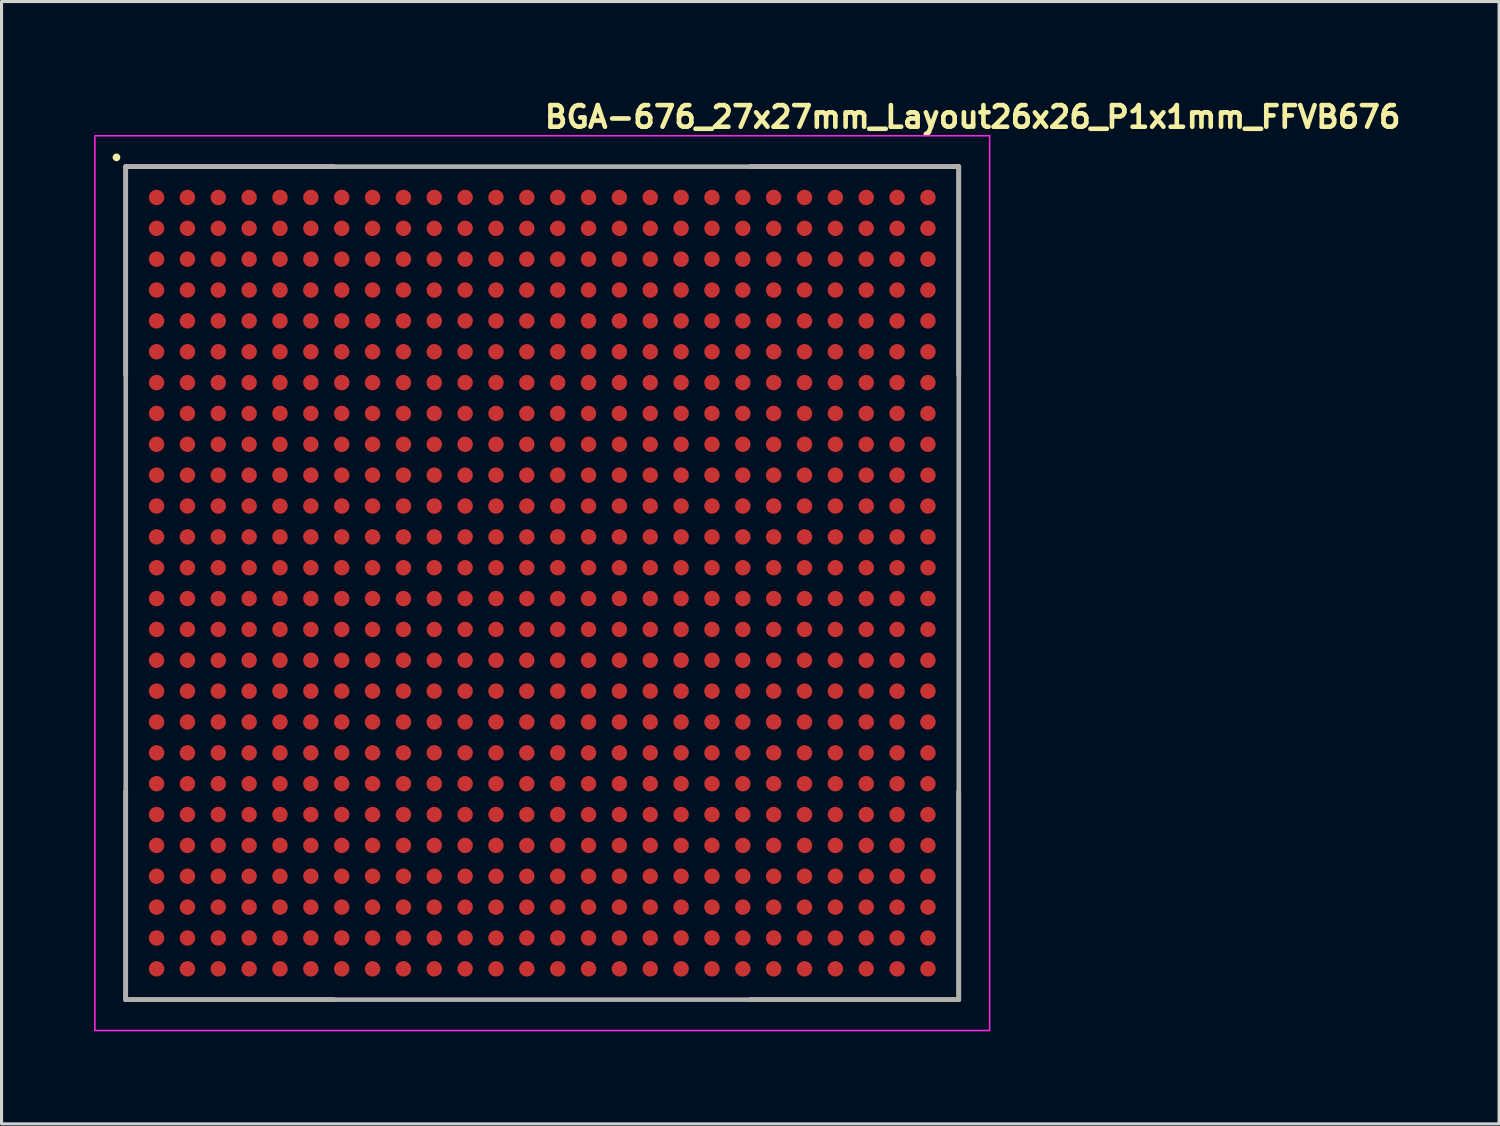
<source format=kicad_pcb>
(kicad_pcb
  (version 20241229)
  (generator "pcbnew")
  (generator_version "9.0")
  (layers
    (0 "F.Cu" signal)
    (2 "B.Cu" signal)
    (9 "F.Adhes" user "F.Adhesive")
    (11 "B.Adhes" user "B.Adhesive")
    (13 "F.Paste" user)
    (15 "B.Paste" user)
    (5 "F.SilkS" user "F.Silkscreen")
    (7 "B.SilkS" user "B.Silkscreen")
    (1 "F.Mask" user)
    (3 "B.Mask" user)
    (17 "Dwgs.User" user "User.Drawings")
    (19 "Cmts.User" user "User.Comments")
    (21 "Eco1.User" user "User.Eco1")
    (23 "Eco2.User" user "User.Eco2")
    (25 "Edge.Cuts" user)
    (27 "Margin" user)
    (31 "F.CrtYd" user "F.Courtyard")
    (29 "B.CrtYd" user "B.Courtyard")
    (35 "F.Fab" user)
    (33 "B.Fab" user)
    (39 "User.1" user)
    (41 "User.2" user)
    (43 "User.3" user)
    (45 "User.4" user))
  (footprint "BGA-676_27x27mm_Layout26x26_P1x1mm_FFVB676"
    (layer "F.Cu")
    (at 14.525 15.85)
    (property "Reference" "BGA-676_27x27mm_Layout26x26_P1x1mm_FFVB676" (at 0 -14.7 0) (layer "F.SilkS") (effects (font (size 0.7 0.7) (thickness 0.15)) (justify left bottom)))
    (attr smd)
    (fp_line (start -13.5 -13.5) (end -13.5 -6.75) (stroke (width 0.15) (type solid)) (layer "F.SilkS"))
    (fp_line (start -13.5 -13.5) (end -6.75 -13.5) (stroke (width 0.15) (type solid)) (layer "F.SilkS"))
    (fp_line (start -13.5 13.499) (end -13.5 6.749) (stroke (width 0.15) (type solid)) (layer "F.SilkS"))
    (fp_line (start -13.5 13.499) (end -6.75 13.499) (stroke (width 0.15) (type solid)) (layer "F.SilkS"))
    (fp_line (start 13.499 -13.5) (end 6.749 -13.5) (stroke (width 0.15) (type solid)) (layer "F.SilkS"))
    (fp_line (start 13.499 -13.5) (end 13.499 -6.75) (stroke (width 0.15) (type solid)) (layer "F.SilkS"))
    (fp_line (start 13.499 13.499) (end 6.749 13.499) (stroke (width 0.15) (type solid)) (layer "F.SilkS"))
    (fp_line (start 13.499 13.499) (end 13.499 6.749) (stroke (width 0.15) (type solid)) (layer "F.SilkS"))
    (fp_circle (center -13.8 -13.8) (end -13.75 -13.8) (stroke (width 0.15) (type solid)) (fill yes) (layer "F.SilkS"))
    (fp_rect (start -14.5 -14.5) (end 14.5 14.5) (stroke (width 0.05) (type solid)) (fill no) (layer "F.CrtYd"))
    (fp_rect (start -13.5 -13.5) (end 13.499 13.499) (stroke (width 0.15) (type solid)) (fill no) (layer "F.Fab"))
    (fp_rect (start -13.5 -13.5) (end 13.5 13.5) (stroke (width 0.1) (type solid)) (fill no) (layer "User.5"))
    (fp_line (start -13.5 -13.5) (end -13.5 -13) (stroke (width 0.02) (type solid)) (layer "User.9"))
    (fp_line (start -13.5 -13) (end -13.499 -13.025) (stroke (width 0.02) (type solid)) (layer "User.9"))
    (fp_line (start -13.5 13) (end -13.5 -13) (stroke (width 0.02) (type solid)) (layer "User.9"))
    (fp_line (start -13.5 13) (end -13.5 13.5) (stroke (width 0.02) (type solid)) (layer "User.9"))
    (fp_line (start -13.5 13.5) (end -13 13.5) (stroke (width 0.02) (type solid)) (layer "User.9"))
    (fp_line (start -13.499 -13.025) (end -13.498 -13.049) (stroke (width 0.02) (type solid)) (layer "User.9"))
    (fp_line (start -13.499 13.025) (end -13.5 13) (stroke (width 0.02) (type solid)) (layer "User.9"))
    (fp_line (start -13.498 -13.049) (end -13.495 -13.074) (stroke (width 0.02) (type solid)) (layer "User.9"))
    (fp_line (start -13.498 13.049) (end -13.499 13.025) (stroke (width 0.02) (type solid)) (layer "User.9"))
    (fp_line (start -13.495 -13.074) (end -13.49 -13.098) (stroke (width 0.02) (type solid)) (layer "User.9"))
    (fp_line (start -13.495 13.074) (end -13.498 13.049) (stroke (width 0.02) (type solid)) (layer "User.9"))
    (fp_line (start -13.49 -13.098) (end -13.485 -13.122) (stroke (width 0.02) (type solid)) (layer "User.9"))
    (fp_line (start -13.49 13.098) (end -13.495 13.074) (stroke (width 0.02) (type solid)) (layer "User.9"))
    (fp_line (start -13.485 -13.122) (end -13.478 -13.145) (stroke (width 0.02) (type solid)) (layer "User.9"))
    (fp_line (start -13.485 13.122) (end -13.49 13.098) (stroke (width 0.02) (type solid)) (layer "User.9"))
    (fp_line (start -13.478 -13.145) (end -13.471 -13.169) (stroke (width 0.02) (type solid)) (layer "User.9"))
    (fp_line (start -13.478 13.145) (end -13.485 13.122) (stroke (width 0.02) (type solid)) (layer "User.9"))
    (fp_line (start -13.471 -13.169) (end -13.462 -13.191) (stroke (width 0.02) (type solid)) (layer "User.9"))
    (fp_line (start -13.471 13.169) (end -13.478 13.145) (stroke (width 0.02) (type solid)) (layer "User.9"))
    (fp_line (start -13.462 -13.191) (end -13.452 -13.214) (stroke (width 0.02) (type solid)) (layer "User.9"))
    (fp_line (start -13.462 13.191) (end -13.471 13.169) (stroke (width 0.02) (type solid)) (layer "User.9"))
    (fp_line (start -13.452 -13.214) (end -13.441 -13.235) (stroke (width 0.02) (type solid)) (layer "User.9"))
    (fp_line (start -13.452 13.214) (end -13.462 13.191) (stroke (width 0.02) (type solid)) (layer "User.9"))
    (fp_line (start -13.441 -13.235) (end -13.429 -13.257) (stroke (width 0.02) (type solid)) (layer "User.9"))
    (fp_line (start -13.441 13.235) (end -13.452 13.214) (stroke (width 0.02) (type solid)) (layer "User.9"))
    (fp_line (start -13.429 -13.257) (end -13.416 -13.277) (stroke (width 0.02) (type solid)) (layer "User.9"))
    (fp_line (start -13.429 13.257) (end -13.441 13.235) (stroke (width 0.02) (type solid)) (layer "User.9"))
    (fp_line (start -13.416 -13.277) (end -13.402 -13.297) (stroke (width 0.02) (type solid)) (layer "User.9"))
    (fp_line (start -13.416 13.277) (end -13.429 13.257) (stroke (width 0.02) (type solid)) (layer "User.9"))
    (fp_line (start -13.402 -13.297) (end -13.387 -13.317) (stroke (width 0.02) (type solid)) (layer "User.9"))
    (fp_line (start -13.402 13.297) (end -13.416 13.277) (stroke (width 0.02) (type solid)) (layer "User.9"))
    (fp_line (start -13.4 -13.019) (end -13.4 -13.01) (stroke (width 0.02) (type solid)) (layer "User.9"))
    (fp_line (start -13.4 -13.01) (end -13.4 -13) (stroke (width 0.02) (type solid)) (layer "User.9"))
    (fp_line (start -13.4 13) (end -13.4 13.009) (stroke (width 0.02) (type solid)) (layer "User.9"))
    (fp_line (start -13.4 13.009) (end -13.4 13.019) (stroke (width 0.02) (type solid)) (layer "User.9"))
    (fp_line (start -13.4 13.019) (end -13.399 13.028) (stroke (width 0.02) (type solid)) (layer "User.9"))
    (fp_line (start -13.399 -13.029) (end -13.4 -13.019) (stroke (width 0.02) (type solid)) (layer "User.9"))
    (fp_line (start -13.399 13.028) (end -13.398 13.037) (stroke (width 0.02) (type solid)) (layer "User.9"))
    (fp_line (start -13.398 -13.038) (end -13.399 -13.029) (stroke (width 0.02) (type solid)) (layer "User.9"))
    (fp_line (start -13.398 13.037) (end -13.397 13.047) (stroke (width 0.02) (type solid)) (layer "User.9"))
    (fp_line (start -13.397 -13.048) (end -13.398 -13.038) (stroke (width 0.02) (type solid)) (layer "User.9"))
    (fp_line (start -13.397 13.047) (end -13.396 13.056) (stroke (width 0.02) (type solid)) (layer "User.9"))
    (fp_line (start -13.396 -13.057) (end -13.397 -13.048) (stroke (width 0.02) (type solid)) (layer "User.9"))
    (fp_line (start -13.396 13.056) (end -13.395 13.065) (stroke (width 0.02) (type solid)) (layer "User.9"))
    (fp_line (start -13.395 -13.066) (end -13.396 -13.057) (stroke (width 0.02) (type solid)) (layer "User.9"))
    (fp_line (start -13.395 13.065) (end -13.393 13.074) (stroke (width 0.02) (type solid)) (layer "User.9"))
    (fp_line (start -13.393 -13.075) (end -13.395 -13.066) (stroke (width 0.02) (type solid)) (layer "User.9"))
    (fp_line (start -13.393 13.074) (end -13.391 13.083) (stroke (width 0.02) (type solid)) (layer "User.9"))
    (fp_line (start -13.391 -13.085) (end -13.393 -13.075) (stroke (width 0.02) (type solid)) (layer "User.9"))
    (fp_line (start -13.391 13.083) (end -13.389 13.093) (stroke (width 0.02) (type solid)) (layer "User.9"))
    (fp_line (start -13.389 -13.094) (end -13.391 -13.085) (stroke (width 0.02) (type solid)) (layer "User.9"))
    (fp_line (start -13.389 13.093) (end -13.387 13.102) (stroke (width 0.02) (type solid)) (layer "User.9"))
    (fp_line (start -13.387 -13.317) (end -13.371 -13.336) (stroke (width 0.02) (type solid)) (layer "User.9"))
    (fp_line (start -13.387 -13.103) (end -13.389 -13.094) (stroke (width 0.02) (type solid)) (layer "User.9"))
    (fp_line (start -13.387 13.102) (end -13.384 13.111) (stroke (width 0.02) (type solid)) (layer "User.9"))
    (fp_line (start -13.387 13.317) (end -13.402 13.297) (stroke (width 0.02) (type solid)) (layer "User.9"))
    (fp_line (start -13.384 -13.112) (end -13.387 -13.103) (stroke (width 0.02) (type solid)) (layer "User.9"))
    (fp_line (start -13.384 13.111) (end -13.381 13.12) (stroke (width 0.02) (type solid)) (layer "User.9"))
    (fp_line (start -13.381 -13.121) (end -13.384 -13.112) (stroke (width 0.02) (type solid)) (layer "User.9"))
    (fp_line (start -13.381 13.12) (end -13.379 13.129) (stroke (width 0.02) (type solid)) (layer "User.9"))
    (fp_line (start -13.379 13.129) (end -13.375 13.138) (stroke (width 0.02) (type solid)) (layer "User.9"))
    (fp_line (start -13.378 -13.13) (end -13.381 -13.121) (stroke (width 0.02) (type solid)) (layer "User.9"))
    (fp_line (start -13.375 -13.138) (end -13.378 -13.13) (stroke (width 0.02) (type solid)) (layer "User.9"))
    (fp_line (start -13.375 13.138) (end -13.372 13.147) (stroke (width 0.02) (type solid)) (layer "User.9"))
    (fp_line (start -13.372 -13.147) (end -13.375 -13.138) (stroke (width 0.02) (type solid)) (layer "User.9"))
    (fp_line (start -13.372 -13.147) (end -13.372 -13.147) (stroke (width 0.02) (type solid)) (layer "User.9"))
    (fp_line (start -13.372 13.147) (end -13.372 13.147) (stroke (width 0.02) (type solid)) (layer "User.9"))
    (fp_line (start -13.372 13.147) (end -13.368 13.157) (stroke (width 0.02) (type solid)) (layer "User.9"))
    (fp_line (start -13.371 -13.336) (end -13.354 -13.354) (stroke (width 0.02) (type solid)) (layer "User.9"))
    (fp_line (start -13.371 13.336) (end -13.387 13.317) (stroke (width 0.02) (type solid)) (layer "User.9"))
    (fp_line (start -13.368 -13.157) (end -13.372 -13.147) (stroke (width 0.02) (type solid)) (layer "User.9"))
    (fp_line (start -13.368 13.157) (end -13.364 13.166) (stroke (width 0.02) (type solid)) (layer "User.9"))
    (fp_line (start -13.364 -13.166) (end -13.368 -13.157) (stroke (width 0.02) (type solid)) (layer "User.9"))
    (fp_line (start -13.364 13.166) (end -13.36 13.175) (stroke (width 0.02) (type solid)) (layer "User.9"))
    (fp_line (start -13.36 13.175) (end -13.355 13.184) (stroke (width 0.02) (type solid)) (layer "User.9"))
    (fp_line (start -13.359 -13.176) (end -13.364 -13.166) (stroke (width 0.02) (type solid)) (layer "User.9"))
    (fp_line (start -13.355 -13.185) (end -13.359 -13.176) (stroke (width 0.02) (type solid)) (layer "User.9"))
    (fp_line (start -13.355 13.184) (end -13.35 13.193) (stroke (width 0.02) (type solid)) (layer "User.9"))
    (fp_line (start -13.354 -13.354) (end -13.354 -13.354) (stroke (width 0.02) (type solid)) (layer "User.9"))
    (fp_line (start -13.354 -13.354) (end -13.336 -13.371) (stroke (width 0.02) (type solid)) (layer "User.9"))
    (fp_line (start -13.354 13.354) (end -13.371 13.336) (stroke (width 0.02) (type solid)) (layer "User.9"))
    (fp_line (start -13.354 13.354) (end -13.354 13.354) (stroke (width 0.02) (type solid)) (layer "User.9"))
    (fp_line (start -13.35 -13.194) (end -13.355 -13.185) (stroke (width 0.02) (type solid)) (layer "User.9"))
    (fp_line (start -13.35 13.193) (end -13.345 13.202) (stroke (width 0.02) (type solid)) (layer "User.9"))
    (fp_line (start -13.345 -13.203) (end -13.35 -13.194) (stroke (width 0.02) (type solid)) (layer "User.9"))
    (fp_line (start -13.345 13.202) (end -13.34 13.21) (stroke (width 0.02) (type solid)) (layer "User.9"))
    (fp_line (start -13.34 13.21) (end -13.335 13.219) (stroke (width 0.02) (type solid)) (layer "User.9"))
    (fp_line (start -13.339 -13.212) (end -13.345 -13.203) (stroke (width 0.02) (type solid)) (layer "User.9"))
    (fp_line (start -13.336 -13.371) (end -13.317 -13.387) (stroke (width 0.02) (type solid)) (layer "User.9"))
    (fp_line (start -13.336 13.371) (end -13.354 13.354) (stroke (width 0.02) (type solid)) (layer "User.9"))
    (fp_line (start -13.335 13.219) (end -13.329 13.227) (stroke (width 0.02) (type solid)) (layer "User.9"))
    (fp_line (start -13.334 -13.22) (end -13.339 -13.212) (stroke (width 0.02) (type solid)) (layer "User.9"))
    (fp_line (start -13.329 13.227) (end -13.323 13.236) (stroke (width 0.02) (type solid)) (layer "User.9"))
    (fp_line (start -13.328 -13.229) (end -13.334 -13.22) (stroke (width 0.02) (type solid)) (layer "User.9"))
    (fp_line (start -13.323 13.236) (end -13.317 13.244) (stroke (width 0.02) (type solid)) (layer "User.9"))
    (fp_line (start -13.322 -13.237) (end -13.328 -13.229) (stroke (width 0.02) (type solid)) (layer "User.9"))
    (fp_line (start -13.317 -13.387) (end -13.297 -13.402) (stroke (width 0.02) (type solid)) (layer "User.9"))
    (fp_line (start -13.317 13.244) (end -13.311 13.252) (stroke (width 0.02) (type solid)) (layer "User.9"))
    (fp_line (start -13.317 13.387) (end -13.336 13.371) (stroke (width 0.02) (type solid)) (layer "User.9"))
    (fp_line (start -13.316 -13.245) (end -13.322 -13.237) (stroke (width 0.02) (type solid)) (layer "User.9"))
    (fp_line (start -13.311 13.252) (end -13.304 13.26) (stroke (width 0.02) (type solid)) (layer "User.9"))
    (fp_line (start -13.31 -13.253) (end -13.316 -13.245) (stroke (width 0.02) (type solid)) (layer "User.9"))
    (fp_line (start -13.304 13.26) (end -13.297 13.268) (stroke (width 0.02) (type solid)) (layer "User.9"))
    (fp_line (start -13.303 -13.261) (end -13.31 -13.253) (stroke (width 0.02) (type solid)) (layer "User.9"))
    (fp_line (start -13.297 -13.402) (end -13.277 -13.416) (stroke (width 0.02) (type solid)) (layer "User.9"))
    (fp_line (start -13.297 -13.268) (end -13.303 -13.261) (stroke (width 0.02) (type solid)) (layer "User.9"))
    (fp_line (start -13.297 13.268) (end -13.29 13.275) (stroke (width 0.02) (type solid)) (layer "User.9"))
    (fp_line (start -13.297 13.402) (end -13.317 13.387) (stroke (width 0.02) (type solid)) (layer "User.9"))
    (fp_line (start -13.29 -13.276) (end -13.297 -13.268) (stroke (width 0.02) (type solid)) (layer "User.9"))
    (fp_line (start -13.29 13.275) (end -13.283 13.283) (stroke (width 0.02) (type solid)) (layer "User.9"))
    (fp_line (start -13.283 -13.283) (end -13.29 -13.276) (stroke (width 0.02) (type solid)) (layer "User.9"))
    (fp_line (start -13.283 -13.283) (end -13.283 -13.283) (stroke (width 0.02) (type solid)) (layer "User.9"))
    (fp_line (start -13.283 13.283) (end -13.283 13.283) (stroke (width 0.02) (type solid)) (layer "User.9"))
    (fp_line (start -13.283 13.283) (end -13.276 13.29) (stroke (width 0.02) (type solid)) (layer "User.9"))
    (fp_line (start -13.277 -13.416) (end -13.257 -13.429) (stroke (width 0.02) (type solid)) (layer "User.9"))
    (fp_line (start -13.277 13.416) (end -13.297 13.402) (stroke (width 0.02) (type solid)) (layer "User.9"))
    (fp_line (start -13.276 13.29) (end -13.268 13.297) (stroke (width 0.02) (type solid)) (layer "User.9"))
    (fp_line (start -13.275 -13.29) (end -13.283 -13.283) (stroke (width 0.02) (type solid)) (layer "User.9"))
    (fp_line (start -13.268 -13.297) (end -13.275 -13.29) (stroke (width 0.02) (type solid)) (layer "User.9"))
    (fp_line (start -13.268 13.297) (end -13.261 13.303) (stroke (width 0.02) (type solid)) (layer "User.9"))
    (fp_line (start -13.261 13.303) (end -13.253 13.31) (stroke (width 0.02) (type solid)) (layer "User.9"))
    (fp_line (start -13.26 -13.304) (end -13.268 -13.297) (stroke (width 0.02) (type solid)) (layer "User.9"))
    (fp_line (start -13.257 -13.429) (end -13.235 -13.441) (stroke (width 0.02) (type solid)) (layer "User.9"))
    (fp_line (start -13.257 13.429) (end -13.277 13.416) (stroke (width 0.02) (type solid)) (layer "User.9"))
    (fp_line (start -13.253 13.31) (end -13.245 13.316) (stroke (width 0.02) (type solid)) (layer "User.9"))
    (fp_line (start -13.252 -13.311) (end -13.26 -13.304) (stroke (width 0.02) (type solid)) (layer "User.9"))
    (fp_line (start -13.245 13.316) (end -13.237 13.322) (stroke (width 0.02) (type solid)) (layer "User.9"))
    (fp_line (start -13.244 -13.317) (end -13.252 -13.311) (stroke (width 0.02) (type solid)) (layer "User.9"))
    (fp_line (start -13.237 13.322) (end -13.229 13.328) (stroke (width 0.02) (type solid)) (layer "User.9"))
    (fp_line (start -13.236 -13.323) (end -13.244 -13.317) (stroke (width 0.02) (type solid)) (layer "User.9"))
    (fp_line (start -13.235 -13.441) (end -13.214 -13.452) (stroke (width 0.02) (type solid)) (layer "User.9"))
    (fp_line (start -13.235 13.441) (end -13.257 13.429) (stroke (width 0.02) (type solid)) (layer "User.9"))
    (fp_line (start -13.229 13.328) (end -13.22 13.334) (stroke (width 0.02) (type solid)) (layer "User.9"))
    (fp_line (start -13.227 -13.329) (end -13.236 -13.323) (stroke (width 0.02) (type solid)) (layer "User.9"))
    (fp_line (start -13.22 13.334) (end -13.212 13.339) (stroke (width 0.02) (type solid)) (layer "User.9"))
    (fp_line (start -13.219 -13.335) (end -13.227 -13.329) (stroke (width 0.02) (type solid)) (layer "User.9"))
    (fp_line (start -13.214 -13.452) (end -13.191 -13.462) (stroke (width 0.02) (type solid)) (layer "User.9"))
    (fp_line (start -13.214 13.452) (end -13.235 13.441) (stroke (width 0.02) (type solid)) (layer "User.9"))
    (fp_line (start -13.212 13.339) (end -13.203 13.345) (stroke (width 0.02) (type solid)) (layer "User.9"))
    (fp_line (start -13.21 -13.34) (end -13.219 -13.335) (stroke (width 0.02) (type solid)) (layer "User.9"))
    (fp_line (start -13.203 13.345) (end -13.194 13.35) (stroke (width 0.02) (type solid)) (layer "User.9"))
    (fp_line (start -13.202 -13.345) (end -13.21 -13.34) (stroke (width 0.02) (type solid)) (layer "User.9"))
    (fp_line (start -13.194 13.35) (end -13.185 13.355) (stroke (width 0.02) (type solid)) (layer "User.9"))
    (fp_line (start -13.193 -13.35) (end -13.202 -13.345) (stroke (width 0.02) (type solid)) (layer "User.9"))
    (fp_line (start -13.191 -13.462) (end -13.169 -13.471) (stroke (width 0.02) (type solid)) (layer "User.9"))
    (fp_line (start -13.191 13.462) (end -13.214 13.452) (stroke (width 0.02) (type solid)) (layer "User.9"))
    (fp_line (start -13.185 13.355) (end -13.176 13.359) (stroke (width 0.02) (type solid)) (layer "User.9"))
    (fp_line (start -13.184 -13.355) (end -13.193 -13.35) (stroke (width 0.02) (type solid)) (layer "User.9"))
    (fp_line (start -13.176 13.359) (end -13.166 13.364) (stroke (width 0.02) (type solid)) (layer "User.9"))
    (fp_line (start -13.175 -13.36) (end -13.184 -13.355) (stroke (width 0.02) (type solid)) (layer "User.9"))
    (fp_line (start -13.169 -13.471) (end -13.145 -13.478) (stroke (width 0.02) (type solid)) (layer "User.9"))
    (fp_line (start -13.169 13.471) (end -13.191 13.462) (stroke (width 0.02) (type solid)) (layer "User.9"))
    (fp_line (start -13.166 -13.364) (end -13.175 -13.36) (stroke (width 0.02) (type solid)) (layer "User.9"))
    (fp_line (start -13.166 13.364) (end -13.157 13.368) (stroke (width 0.02) (type solid)) (layer "User.9"))
    (fp_line (start -13.157 -13.368) (end -13.166 -13.364) (stroke (width 0.02) (type solid)) (layer "User.9"))
    (fp_line (start -13.157 13.368) (end -13.147 13.372) (stroke (width 0.02) (type solid)) (layer "User.9"))
    (fp_line (start -13.147 -13.372) (end -13.157 -13.368) (stroke (width 0.02) (type solid)) (layer "User.9"))
    (fp_line (start -13.147 -13.372) (end -13.147 -13.372) (stroke (width 0.02) (type solid)) (layer "User.9"))
    (fp_line (start -13.147 13.372) (end -13.147 13.372) (stroke (width 0.02) (type solid)) (layer "User.9"))
    (fp_line (start -13.147 13.372) (end -13.138 13.375) (stroke (width 0.02) (type solid)) (layer "User.9"))
    (fp_line (start -13.145 -13.478) (end -13.122 -13.485) (stroke (width 0.02) (type solid)) (layer "User.9"))
    (fp_line (start -13.145 13.478) (end -13.169 13.471) (stroke (width 0.02) (type solid)) (layer "User.9"))
    (fp_line (start -13.138 -13.375) (end -13.147 -13.372) (stroke (width 0.02) (type solid)) (layer "User.9"))
    (fp_line (start -13.138 13.375) (end -13.13 13.378) (stroke (width 0.02) (type solid)) (layer "User.9"))
    (fp_line (start -13.13 13.378) (end -13.121 13.381) (stroke (width 0.02) (type solid)) (layer "User.9"))
    (fp_line (start -13.129 -13.379) (end -13.138 -13.375) (stroke (width 0.02) (type solid)) (layer "User.9"))
    (fp_line (start -13.122 -13.485) (end -13.098 -13.49) (stroke (width 0.02) (type solid)) (layer "User.9"))
    (fp_line (start -13.122 13.485) (end -13.145 13.478) (stroke (width 0.02) (type solid)) (layer "User.9"))
    (fp_line (start -13.121 13.381) (end -13.112 13.384) (stroke (width 0.02) (type solid)) (layer "User.9"))
    (fp_line (start -13.12 -13.381) (end -13.129 -13.379) (stroke (width 0.02) (type solid)) (layer "User.9"))
    (fp_line (start -13.112 13.384) (end -13.103 13.387) (stroke (width 0.02) (type solid)) (layer "User.9"))
    (fp_line (start -13.111 -13.384) (end -13.12 -13.381) (stroke (width 0.02) (type solid)) (layer "User.9"))
    (fp_line (start -13.103 13.387) (end -13.094 13.389) (stroke (width 0.02) (type solid)) (layer "User.9"))
    (fp_line (start -13.102 -13.387) (end -13.111 -13.384) (stroke (width 0.02) (type solid)) (layer "User.9"))
    (fp_line (start -13.098 -13.49) (end -13.074 -13.495) (stroke (width 0.02) (type solid)) (layer "User.9"))
    (fp_line (start -13.098 13.49) (end -13.122 13.485) (stroke (width 0.02) (type solid)) (layer "User.9"))
    (fp_line (start -13.094 13.389) (end -13.085 13.391) (stroke (width 0.02) (type solid)) (layer "User.9"))
    (fp_line (start -13.093 -13.389) (end -13.102 -13.387) (stroke (width 0.02) (type solid)) (layer "User.9"))
    (fp_line (start -13.085 13.391) (end -13.075 13.393) (stroke (width 0.02) (type solid)) (layer "User.9"))
    (fp_line (start -13.083 -13.391) (end -13.093 -13.389) (stroke (width 0.02) (type solid)) (layer "User.9"))
    (fp_line (start -13.075 13.393) (end -13.066 13.395) (stroke (width 0.02) (type solid)) (layer "User.9"))
    (fp_line (start -13.074 -13.495) (end -13.049 -13.498) (stroke (width 0.02) (type solid)) (layer "User.9"))
    (fp_line (start -13.074 -13.393) (end -13.083 -13.391) (stroke (width 0.02) (type solid)) (layer "User.9"))
    (fp_line (start -13.074 13.495) (end -13.098 13.49) (stroke (width 0.02) (type solid)) (layer "User.9"))
    (fp_line (start -13.066 13.395) (end -13.057 13.396) (stroke (width 0.02) (type solid)) (layer "User.9"))
    (fp_line (start -13.065 -13.395) (end -13.074 -13.393) (stroke (width 0.02) (type solid)) (layer "User.9"))
    (fp_line (start -13.057 13.396) (end -13.048 13.397) (stroke (width 0.02) (type solid)) (layer "User.9"))
    (fp_line (start -13.056 -13.396) (end -13.065 -13.395) (stroke (width 0.02) (type solid)) (layer "User.9"))
    (fp_line (start -13.049 -13.498) (end -13.025 -13.499) (stroke (width 0.02) (type solid)) (layer "User.9"))
    (fp_line (start -13.049 13.498) (end -13.074 13.495) (stroke (width 0.02) (type solid)) (layer "User.9"))
    (fp_line (start -13.048 13.397) (end -13.038 13.398) (stroke (width 0.02) (type solid)) (layer "User.9"))
    (fp_line (start -13.047 -13.397) (end -13.056 -13.396) (stroke (width 0.02) (type solid)) (layer "User.9"))
    (fp_line (start -13.038 13.398) (end -13.029 13.399) (stroke (width 0.02) (type solid)) (layer "User.9"))
    (fp_line (start -13.037 -13.398) (end -13.047 -13.397) (stroke (width 0.02) (type solid)) (layer "User.9"))
    (fp_line (start -13.029 13.399) (end -13.019 13.4) (stroke (width 0.02) (type solid)) (layer "User.9"))
    (fp_line (start -13.028 -13.399) (end -13.037 -13.398) (stroke (width 0.02) (type solid)) (layer "User.9"))
    (fp_line (start -13.025 -13.499) (end -13 -13.5) (stroke (width 0.02) (type solid)) (layer "User.9"))
    (fp_line (start -13.025 13.499) (end -13.049 13.498) (stroke (width 0.02) (type solid)) (layer "User.9"))
    (fp_line (start -13.019 -13.4) (end -13.028 -13.399) (stroke (width 0.02) (type solid)) (layer "User.9"))
    (fp_line (start -13.019 13.4) (end -13.01 13.4) (stroke (width 0.02) (type solid)) (layer "User.9"))
    (fp_line (start -13.01 13.4) (end -13 13.4) (stroke (width 0.02) (type solid)) (layer "User.9"))
    (fp_line (start -13.009 -13.4) (end -13.019 -13.4) (stroke (width 0.02) (type solid)) (layer "User.9"))
    (fp_line (start -13 -13.5) (end 13 -13.5) (stroke (width 0.02) (type solid)) (layer "User.9"))
    (fp_line (start -13 -13.4) (end -13.009 -13.4) (stroke (width 0.02) (type solid)) (layer "User.9"))
    (fp_line (start -13 13.5) (end -13.025 13.499) (stroke (width 0.02) (type solid)) (layer "User.9"))
    (fp_line (start -12 -12) (end -11 -12) (stroke (width 0.02) (type solid)) (layer "User.9"))
    (fp_line (start -12 -11) (end -12 -12) (stroke (width 0.02) (type solid)) (layer "User.9"))
    (fp_line (start -11 -12) (end -11 -11) (stroke (width 0.02) (type solid)) (layer "User.9"))
    (fp_line (start -11 -11) (end -12 -11) (stroke (width 0.02) (type solid)) (layer "User.9"))
    (fp_line (start 13 -13.5) (end 13.025 -13.499) (stroke (width 0.02) (type solid)) (layer "User.9"))
    (fp_line (start 13 13.4) (end 13.009 13.4) (stroke (width 0.02) (type solid)) (layer "User.9"))
    (fp_line (start 13 13.5) (end -13 13.5) (stroke (width 0.02) (type solid)) (layer "User.9"))
    (fp_line (start 13 13.5) (end 13.5 13.5) (stroke (width 0.02) (type solid)) (layer "User.9"))
    (fp_line (start 13.009 13.4) (end 13.019 13.4) (stroke (width 0.02) (type solid)) (layer "User.9"))
    (fp_line (start 13.01 -13.4) (end 13 -13.4) (stroke (width 0.02) (type solid)) (layer "User.9"))
    (fp_line (start 13.019 -13.4) (end 13.01 -13.4) (stroke (width 0.02) (type solid)) (layer "User.9"))
    (fp_line (start 13.019 13.4) (end 13.028 13.399) (stroke (width 0.02) (type solid)) (layer "User.9"))
    (fp_line (start 13.025 -13.499) (end 13.049 -13.498) (stroke (width 0.02) (type solid)) (layer "User.9"))
    (fp_line (start 13.025 13.499) (end 13 13.5) (stroke (width 0.02) (type solid)) (layer "User.9"))
    (fp_line (start 13.028 13.399) (end 13.037 13.398) (stroke (width 0.02) (type solid)) (layer "User.9"))
    (fp_line (start 13.029 -13.399) (end 13.019 -13.4) (stroke (width 0.02) (type solid)) (layer "User.9"))
    (fp_line (start 13.037 13.398) (end 13.047 13.397) (stroke (width 0.02) (type solid)) (layer "User.9"))
    (fp_line (start 13.038 -13.398) (end 13.029 -13.399) (stroke (width 0.02) (type solid)) (layer "User.9"))
    (fp_line (start 13.047 13.397) (end 13.056 13.396) (stroke (width 0.02) (type solid)) (layer "User.9"))
    (fp_line (start 13.048 -13.397) (end 13.038 -13.398) (stroke (width 0.02) (type solid)) (layer "User.9"))
    (fp_line (start 13.049 -13.498) (end 13.074 -13.495) (stroke (width 0.02) (type solid)) (layer "User.9"))
    (fp_line (start 13.049 13.498) (end 13.025 13.499) (stroke (width 0.02) (type solid)) (layer "User.9"))
    (fp_line (start 13.056 13.396) (end 13.065 13.395) (stroke (width 0.02) (type solid)) (layer "User.9"))
    (fp_line (start 13.057 -13.396) (end 13.048 -13.397) (stroke (width 0.02) (type solid)) (layer "User.9"))
    (fp_line (start 13.065 13.395) (end 13.074 13.393) (stroke (width 0.02) (type solid)) (layer "User.9"))
    (fp_line (start 13.066 -13.395) (end 13.057 -13.396) (stroke (width 0.02) (type solid)) (layer "User.9"))
    (fp_line (start 13.074 -13.495) (end 13.098 -13.49) (stroke (width 0.02) (type solid)) (layer "User.9"))
    (fp_line (start 13.074 13.393) (end 13.083 13.391) (stroke (width 0.02) (type solid)) (layer "User.9"))
    (fp_line (start 13.074 13.495) (end 13.049 13.498) (stroke (width 0.02) (type solid)) (layer "User.9"))
    (fp_line (start 13.075 -13.393) (end 13.066 -13.395) (stroke (width 0.02) (type solid)) (layer "User.9"))
    (fp_line (start 13.083 13.391) (end 13.093 13.389) (stroke (width 0.02) (type solid)) (layer "User.9"))
    (fp_line (start 13.085 -13.391) (end 13.075 -13.393) (stroke (width 0.02) (type solid)) (layer "User.9"))
    (fp_line (start 13.093 13.389) (end 13.102 13.387) (stroke (width 0.02) (type solid)) (layer "User.9"))
    (fp_line (start 13.094 -13.389) (end 13.085 -13.391) (stroke (width 0.02) (type solid)) (layer "User.9"))
    (fp_line (start 13.098 -13.49) (end 13.122 -13.485) (stroke (width 0.02) (type solid)) (layer "User.9"))
    (fp_line (start 13.098 13.49) (end 13.074 13.495) (stroke (width 0.02) (type solid)) (layer "User.9"))
    (fp_line (start 13.102 13.387) (end 13.111 13.384) (stroke (width 0.02) (type solid)) (layer "User.9"))
    (fp_line (start 13.103 -13.387) (end 13.094 -13.389) (stroke (width 0.02) (type solid)) (layer "User.9"))
    (fp_line (start 13.111 13.384) (end 13.12 13.381) (stroke (width 0.02) (type solid)) (layer "User.9"))
    (fp_line (start 13.112 -13.384) (end 13.103 -13.387) (stroke (width 0.02) (type solid)) (layer "User.9"))
    (fp_line (start 13.12 13.381) (end 13.129 13.379) (stroke (width 0.02) (type solid)) (layer "User.9"))
    (fp_line (start 13.121 -13.381) (end 13.112 -13.384) (stroke (width 0.02) (type solid)) (layer "User.9"))
    (fp_line (start 13.122 -13.485) (end 13.145 -13.478) (stroke (width 0.02) (type solid)) (layer "User.9"))
    (fp_line (start 13.122 13.485) (end 13.098 13.49) (stroke (width 0.02) (type solid)) (layer "User.9"))
    (fp_line (start 13.129 13.379) (end 13.138 13.375) (stroke (width 0.02) (type solid)) (layer "User.9"))
    (fp_line (start 13.13 -13.378) (end 13.121 -13.381) (stroke (width 0.02) (type solid)) (layer "User.9"))
    (fp_line (start 13.138 -13.375) (end 13.13 -13.378) (stroke (width 0.02) (type solid)) (layer "User.9"))
    (fp_line (start 13.138 13.375) (end 13.147 13.372) (stroke (width 0.02) (type solid)) (layer "User.9"))
    (fp_line (start 13.145 -13.478) (end 13.169 -13.471) (stroke (width 0.02) (type solid)) (layer "User.9"))
    (fp_line (start 13.145 13.478) (end 13.122 13.485) (stroke (width 0.02) (type solid)) (layer "User.9"))
    (fp_line (start 13.147 -13.372) (end 13.138 -13.375) (stroke (width 0.02) (type solid)) (layer "User.9"))
    (fp_line (start 13.147 -13.372) (end 13.147 -13.372) (stroke (width 0.02) (type solid)) (layer "User.9"))
    (fp_line (start 13.147 13.372) (end 13.147 13.372) (stroke (width 0.02) (type solid)) (layer "User.9"))
    (fp_line (start 13.147 13.372) (end 13.157 13.368) (stroke (width 0.02) (type solid)) (layer "User.9"))
    (fp_line (start 13.157 -13.368) (end 13.147 -13.372) (stroke (width 0.02) (type solid)) (layer "User.9"))
    (fp_line (start 13.157 13.368) (end 13.166 13.364) (stroke (width 0.02) (type solid)) (layer "User.9"))
    (fp_line (start 13.166 -13.364) (end 13.157 -13.368) (stroke (width 0.02) (type solid)) (layer "User.9"))
    (fp_line (start 13.166 13.364) (end 13.175 13.36) (stroke (width 0.02) (type solid)) (layer "User.9"))
    (fp_line (start 13.169 -13.471) (end 13.191 -13.462) (stroke (width 0.02) (type solid)) (layer "User.9"))
    (fp_line (start 13.169 13.471) (end 13.145 13.478) (stroke (width 0.02) (type solid)) (layer "User.9"))
    (fp_line (start 13.175 13.36) (end 13.184 13.355) (stroke (width 0.02) (type solid)) (layer "User.9"))
    (fp_line (start 13.176 -13.359) (end 13.166 -13.364) (stroke (width 0.02) (type solid)) (layer "User.9"))
    (fp_line (start 13.184 13.355) (end 13.193 13.35) (stroke (width 0.02) (type solid)) (layer "User.9"))
    (fp_line (start 13.185 -13.355) (end 13.176 -13.359) (stroke (width 0.02) (type solid)) (layer "User.9"))
    (fp_line (start 13.191 -13.462) (end 13.214 -13.452) (stroke (width 0.02) (type solid)) (layer "User.9"))
    (fp_line (start 13.191 13.462) (end 13.169 13.471) (stroke (width 0.02) (type solid)) (layer "User.9"))
    (fp_line (start 13.193 13.35) (end 13.202 13.345) (stroke (width 0.02) (type solid)) (layer "User.9"))
    (fp_line (start 13.194 -13.35) (end 13.185 -13.355) (stroke (width 0.02) (type solid)) (layer "User.9"))
    (fp_line (start 13.202 13.345) (end 13.21 13.34) (stroke (width 0.02) (type solid)) (layer "User.9"))
    (fp_line (start 13.203 -13.345) (end 13.194 -13.35) (stroke (width 0.02) (type solid)) (layer "User.9"))
    (fp_line (start 13.21 13.34) (end 13.219 13.335) (stroke (width 0.02) (type solid)) (layer "User.9"))
    (fp_line (start 13.212 -13.339) (end 13.203 -13.345) (stroke (width 0.02) (type solid)) (layer "User.9"))
    (fp_line (start 13.214 -13.452) (end 13.235 -13.441) (stroke (width 0.02) (type solid)) (layer "User.9"))
    (fp_line (start 13.214 13.452) (end 13.191 13.462) (stroke (width 0.02) (type solid)) (layer "User.9"))
    (fp_line (start 13.219 13.335) (end 13.227 13.329) (stroke (width 0.02) (type solid)) (layer "User.9"))
    (fp_line (start 13.22 -13.334) (end 13.212 -13.339) (stroke (width 0.02) (type solid)) (layer "User.9"))
    (fp_line (start 13.227 13.329) (end 13.236 13.323) (stroke (width 0.02) (type solid)) (layer "User.9"))
    (fp_line (start 13.229 -13.328) (end 13.22 -13.334) (stroke (width 0.02) (type solid)) (layer "User.9"))
    (fp_line (start 13.235 -13.441) (end 13.257 -13.429) (stroke (width 0.02) (type solid)) (layer "User.9"))
    (fp_line (start 13.235 13.441) (end 13.214 13.452) (stroke (width 0.02) (type solid)) (layer "User.9"))
    (fp_line (start 13.236 13.323) (end 13.244 13.317) (stroke (width 0.02) (type solid)) (layer "User.9"))
    (fp_line (start 13.237 -13.322) (end 13.229 -13.328) (stroke (width 0.02) (type solid)) (layer "User.9"))
    (fp_line (start 13.244 13.317) (end 13.252 13.311) (stroke (width 0.02) (type solid)) (layer "User.9"))
    (fp_line (start 13.245 -13.316) (end 13.237 -13.322) (stroke (width 0.02) (type solid)) (layer "User.9"))
    (fp_line (start 13.252 13.311) (end 13.26 13.304) (stroke (width 0.02) (type solid)) (layer "User.9"))
    (fp_line (start 13.253 -13.31) (end 13.245 -13.316) (stroke (width 0.02) (type solid)) (layer "User.9"))
    (fp_line (start 13.257 -13.429) (end 13.277 -13.416) (stroke (width 0.02) (type solid)) (layer "User.9"))
    (fp_line (start 13.257 13.429) (end 13.235 13.441) (stroke (width 0.02) (type solid)) (layer "User.9"))
    (fp_line (start 13.26 13.304) (end 13.268 13.297) (stroke (width 0.02) (type solid)) (layer "User.9"))
    (fp_line (start 13.261 -13.303) (end 13.253 -13.31) (stroke (width 0.02) (type solid)) (layer "User.9"))
    (fp_line (start 13.268 -13.297) (end 13.261 -13.303) (stroke (width 0.02) (type solid)) (layer "User.9"))
    (fp_line (start 13.268 13.297) (end 13.275 13.29) (stroke (width 0.02) (type solid)) (layer "User.9"))
    (fp_line (start 13.275 13.29) (end 13.283 13.283) (stroke (width 0.02) (type solid)) (layer "User.9"))
    (fp_line (start 13.276 -13.29) (end 13.268 -13.297) (stroke (width 0.02) (type solid)) (layer "User.9"))
    (fp_line (start 13.277 -13.416) (end 13.297 -13.402) (stroke (width 0.02) (type solid)) (layer "User.9"))
    (fp_line (start 13.277 13.416) (end 13.257 13.429) (stroke (width 0.02) (type solid)) (layer "User.9"))
    (fp_line (start 13.283 -13.283) (end 13.276 -13.29) (stroke (width 0.02) (type solid)) (layer "User.9"))
    (fp_line (start 13.283 -13.283) (end 13.283 -13.283) (stroke (width 0.02) (type solid)) (layer "User.9"))
    (fp_line (start 13.283 13.283) (end 13.283 13.283) (stroke (width 0.02) (type solid)) (layer "User.9"))
    (fp_line (start 13.283 13.283) (end 13.29 13.276) (stroke (width 0.02) (type solid)) (layer "User.9"))
    (fp_line (start 13.29 -13.275) (end 13.283 -13.283) (stroke (width 0.02) (type solid)) (layer "User.9"))
    (fp_line (start 13.29 13.276) (end 13.297 13.268) (stroke (width 0.02) (type solid)) (layer "User.9"))
    (fp_line (start 13.297 -13.402) (end 13.317 -13.387) (stroke (width 0.02) (type solid)) (layer "User.9"))
    (fp_line (start 13.297 -13.268) (end 13.29 -13.275) (stroke (width 0.02) (type solid)) (layer "User.9"))
    (fp_line (start 13.297 13.268) (end 13.303 13.261) (stroke (width 0.02) (type solid)) (layer "User.9"))
    (fp_line (start 13.297 13.402) (end 13.277 13.416) (stroke (width 0.02) (type solid)) (layer "User.9"))
    (fp_line (start 13.303 13.261) (end 13.31 13.253) (stroke (width 0.02) (type solid)) (layer "User.9"))
    (fp_line (start 13.304 -13.26) (end 13.297 -13.268) (stroke (width 0.02) (type solid)) (layer "User.9"))
    (fp_line (start 13.31 13.253) (end 13.316 13.245) (stroke (width 0.02) (type solid)) (layer "User.9"))
    (fp_line (start 13.311 -13.252) (end 13.304 -13.26) (stroke (width 0.02) (type solid)) (layer "User.9"))
    (fp_line (start 13.316 13.245) (end 13.322 13.237) (stroke (width 0.02) (type solid)) (layer "User.9"))
    (fp_line (start 13.317 -13.387) (end 13.336 -13.371) (stroke (width 0.02) (type solid)) (layer "User.9"))
    (fp_line (start 13.317 -13.244) (end 13.311 -13.252) (stroke (width 0.02) (type solid)) (layer "User.9"))
    (fp_line (start 13.317 13.387) (end 13.297 13.402) (stroke (width 0.02) (type solid)) (layer "User.9"))
    (fp_line (start 13.322 13.237) (end 13.328 13.229) (stroke (width 0.02) (type solid)) (layer "User.9"))
    (fp_line (start 13.323 -13.236) (end 13.317 -13.244) (stroke (width 0.02) (type solid)) (layer "User.9"))
    (fp_line (start 13.328 13.229) (end 13.334 13.22) (stroke (width 0.02) (type solid)) (layer "User.9"))
    (fp_line (start 13.329 -13.227) (end 13.323 -13.236) (stroke (width 0.02) (type solid)) (layer "User.9"))
    (fp_line (start 13.334 13.22) (end 13.339 13.212) (stroke (width 0.02) (type solid)) (layer "User.9"))
    (fp_line (start 13.335 -13.219) (end 13.329 -13.227) (stroke (width 0.02) (type solid)) (layer "User.9"))
    (fp_line (start 13.336 -13.371) (end 13.354 -13.354) (stroke (width 0.02) (type solid)) (layer "User.9"))
    (fp_line (start 13.336 13.371) (end 13.317 13.387) (stroke (width 0.02) (type solid)) (layer "User.9"))
    (fp_line (start 13.339 13.212) (end 13.345 13.203) (stroke (width 0.02) (type solid)) (layer "User.9"))
    (fp_line (start 13.34 -13.21) (end 13.335 -13.219) (stroke (width 0.02) (type solid)) (layer "User.9"))
    (fp_line (start 13.345 -13.202) (end 13.34 -13.21) (stroke (width 0.02) (type solid)) (layer "User.9"))
    (fp_line (start 13.345 13.203) (end 13.35 13.194) (stroke (width 0.02) (type solid)) (layer "User.9"))
    (fp_line (start 13.35 -13.193) (end 13.345 -13.202) (stroke (width 0.02) (type solid)) (layer "User.9"))
    (fp_line (start 13.35 13.194) (end 13.355 13.185) (stroke (width 0.02) (type solid)) (layer "User.9"))
    (fp_line (start 13.354 -13.354) (end 13.354 -13.354) (stroke (width 0.02) (type solid)) (layer "User.9"))
    (fp_line (start 13.354 -13.354) (end 13.371 -13.336) (stroke (width 0.02) (type solid)) (layer "User.9"))
    (fp_line (start 13.354 13.354) (end 13.336 13.371) (stroke (width 0.02) (type solid)) (layer "User.9"))
    (fp_line (start 13.354 13.354) (end 13.354 13.354) (stroke (width 0.02) (type solid)) (layer "User.9"))
    (fp_line (start 13.355 -13.184) (end 13.35 -13.193) (stroke (width 0.02) (type solid)) (layer "User.9"))
    (fp_line (start 13.355 13.185) (end 13.359 13.176) (stroke (width 0.02) (type solid)) (layer "User.9"))
    (fp_line (start 13.359 13.176) (end 13.364 13.166) (stroke (width 0.02) (type solid)) (layer "User.9"))
    (fp_line (start 13.36 -13.175) (end 13.355 -13.184) (stroke (width 0.02) (type solid)) (layer "User.9"))
    (fp_line (start 13.364 -13.166) (end 13.36 -13.175) (stroke (width 0.02) (type solid)) (layer "User.9"))
    (fp_line (start 13.364 13.166) (end 13.368 13.157) (stroke (width 0.02) (type solid)) (layer "User.9"))
    (fp_line (start 13.368 -13.157) (end 13.364 -13.166) (stroke (width 0.02) (type solid)) (layer "User.9"))
    (fp_line (start 13.368 13.157) (end 13.372 13.147) (stroke (width 0.02) (type solid)) (layer "User.9"))
    (fp_line (start 13.371 -13.336) (end 13.387 -13.317) (stroke (width 0.02) (type solid)) (layer "User.9"))
    (fp_line (start 13.371 13.336) (end 13.354 13.354) (stroke (width 0.02) (type solid)) (layer "User.9"))
    (fp_line (start 13.372 -13.147) (end 13.368 -13.157) (stroke (width 0.02) (type solid)) (layer "User.9"))
    (fp_line (start 13.372 -13.147) (end 13.372 -13.147) (stroke (width 0.02) (type solid)) (layer "User.9"))
    (fp_line (start 13.372 13.147) (end 13.372 13.147) (stroke (width 0.02) (type solid)) (layer "User.9"))
    (fp_line (start 13.372 13.147) (end 13.375 13.138) (stroke (width 0.02) (type solid)) (layer "User.9"))
    (fp_line (start 13.375 -13.138) (end 13.372 -13.147) (stroke (width 0.02) (type solid)) (layer "User.9"))
    (fp_line (start 13.375 13.138) (end 13.378 13.13) (stroke (width 0.02) (type solid)) (layer "User.9"))
    (fp_line (start 13.378 13.13) (end 13.381 13.121) (stroke (width 0.02) (type solid)) (layer "User.9"))
    (fp_line (start 13.379 -13.129) (end 13.375 -13.138) (stroke (width 0.02) (type solid)) (layer "User.9"))
    (fp_line (start 13.381 -13.12) (end 13.379 -13.129) (stroke (width 0.02) (type solid)) (layer "User.9"))
    (fp_line (start 13.381 13.121) (end 13.384 13.112) (stroke (width 0.02) (type solid)) (layer "User.9"))
    (fp_line (start 13.384 -13.111) (end 13.381 -13.12) (stroke (width 0.02) (type solid)) (layer "User.9"))
    (fp_line (start 13.384 13.112) (end 13.387 13.103) (stroke (width 0.02) (type solid)) (layer "User.9"))
    (fp_line (start 13.387 -13.317) (end 13.402 -13.297) (stroke (width 0.02) (type solid)) (layer "User.9"))
    (fp_line (start 13.387 -13.102) (end 13.384 -13.111) (stroke (width 0.02) (type solid)) (layer "User.9"))
    (fp_line (start 13.387 13.103) (end 13.389 13.094) (stroke (width 0.02) (type solid)) (layer "User.9"))
    (fp_line (start 13.387 13.317) (end 13.371 13.336) (stroke (width 0.02) (type solid)) (layer "User.9"))
    (fp_line (start 13.389 -13.093) (end 13.387 -13.102) (stroke (width 0.02) (type solid)) (layer "User.9"))
    (fp_line (start 13.389 13.094) (end 13.391 13.085) (stroke (width 0.02) (type solid)) (layer "User.9"))
    (fp_line (start 13.391 -13.083) (end 13.389 -13.093) (stroke (width 0.02) (type solid)) (layer "User.9"))
    (fp_line (start 13.391 13.085) (end 13.393 13.075) (stroke (width 0.02) (type solid)) (layer "User.9"))
    (fp_line (start 13.393 -13.074) (end 13.391 -13.083) (stroke (width 0.02) (type solid)) (layer "User.9"))
    (fp_line (start 13.393 13.075) (end 13.395 13.066) (stroke (width 0.02) (type solid)) (layer "User.9"))
    (fp_line (start 13.395 -13.065) (end 13.393 -13.074) (stroke (width 0.02) (type solid)) (layer "User.9"))
    (fp_line (start 13.395 13.066) (end 13.396 13.057) (stroke (width 0.02) (type solid)) (layer "User.9"))
    (fp_line (start 13.396 -13.056) (end 13.395 -13.065) (stroke (width 0.02) (type solid)) (layer "User.9"))
    (fp_line (start 13.396 13.057) (end 13.397 13.048) (stroke (width 0.02) (type solid)) (layer "User.9"))
    (fp_line (start 13.397 -13.047) (end 13.396 -13.056) (stroke (width 0.02) (type solid)) (layer "User.9"))
    (fp_line (start 13.397 13.048) (end 13.398 13.038) (stroke (width 0.02) (type solid)) (layer "User.9"))
    (fp_line (start 13.398 -13.037) (end 13.397 -13.047) (stroke (width 0.02) (type solid)) (layer "User.9"))
    (fp_line (start 13.398 13.038) (end 13.399 13.029) (stroke (width 0.02) (type solid)) (layer "User.9"))
    (fp_line (start 13.399 -13.028) (end 13.398 -13.037) (stroke (width 0.02) (type solid)) (layer "User.9"))
    (fp_line (start 13.399 13.029) (end 13.4 13.019) (stroke (width 0.02) (type solid)) (layer "User.9"))
    (fp_line (start 13.4 -13.019) (end 13.399 -13.028) (stroke (width 0.02) (type solid)) (layer "User.9"))
    (fp_line (start 13.4 -13.009) (end 13.4 -13.019) (stroke (width 0.02) (type solid)) (layer "User.9"))
    (fp_line (start 13.4 -13) (end 13.4 -13.009) (stroke (width 0.02) (type solid)) (layer "User.9"))
    (fp_line (start 13.4 13.01) (end 13.4 13) (stroke (width 0.02) (type solid)) (layer "User.9"))
    (fp_line (start 13.4 13.019) (end 13.4 13.01) (stroke (width 0.02) (type solid)) (layer "User.9"))
    (fp_line (start 13.402 -13.297) (end 13.416 -13.277) (stroke (width 0.02) (type solid)) (layer "User.9"))
    (fp_line (start 13.402 13.297) (end 13.387 13.317) (stroke (width 0.02) (type solid)) (layer "User.9"))
    (fp_line (start 13.416 -13.277) (end 13.429 -13.257) (stroke (width 0.02) (type solid)) (layer "User.9"))
    (fp_line (start 13.416 13.277) (end 13.402 13.297) (stroke (width 0.02) (type solid)) (layer "User.9"))
    (fp_line (start 13.429 -13.257) (end 13.441 -13.235) (stroke (width 0.02) (type solid)) (layer "User.9"))
    (fp_line (start 13.429 13.257) (end 13.416 13.277) (stroke (width 0.02) (type solid)) (layer "User.9"))
    (fp_line (start 13.441 -13.235) (end 13.452 -13.214) (stroke (width 0.02) (type solid)) (layer "User.9"))
    (fp_line (start 13.441 13.235) (end 13.429 13.257) (stroke (width 0.02) (type solid)) (layer "User.9"))
    (fp_line (start 13.452 -13.214) (end 13.462 -13.191) (stroke (width 0.02) (type solid)) (layer "User.9"))
    (fp_line (start 13.452 13.214) (end 13.441 13.235) (stroke (width 0.02) (type solid)) (layer "User.9"))
    (fp_line (start 13.462 -13.191) (end 13.471 -13.169) (stroke (width 0.02) (type solid)) (layer "User.9"))
    (fp_line (start 13.462 13.191) (end 13.452 13.214) (stroke (width 0.02) (type solid)) (layer "User.9"))
    (fp_line (start 13.471 -13.169) (end 13.478 -13.145) (stroke (width 0.02) (type solid)) (layer "User.9"))
    (fp_line (start 13.471 13.169) (end 13.462 13.191) (stroke (width 0.02) (type solid)) (layer "User.9"))
    (fp_line (start 13.478 -13.145) (end 13.485 -13.122) (stroke (width 0.02) (type solid)) (layer "User.9"))
    (fp_line (start 13.478 13.145) (end 13.471 13.169) (stroke (width 0.02) (type solid)) (layer "User.9"))
    (fp_line (start 13.485 -13.122) (end 13.49 -13.098) (stroke (width 0.02) (type solid)) (layer "User.9"))
    (fp_line (start 13.485 13.122) (end 13.478 13.145) (stroke (width 0.02) (type solid)) (layer "User.9"))
    (fp_line (start 13.49 -13.098) (end 13.495 -13.074) (stroke (width 0.02) (type solid)) (layer "User.9"))
    (fp_line (start 13.49 13.098) (end 13.485 13.122) (stroke (width 0.02) (type solid)) (layer "User.9"))
    (fp_line (start 13.495 -13.074) (end 13.498 -13.049) (stroke (width 0.02) (type solid)) (layer "User.9"))
    (fp_line (start 13.495 13.074) (end 13.49 13.098) (stroke (width 0.02) (type solid)) (layer "User.9"))
    (fp_line (start 13.498 -13.049) (end 13.499 -13.025) (stroke (width 0.02) (type solid)) (layer "User.9"))
    (fp_line (start 13.498 13.049) (end 13.495 13.074) (stroke (width 0.02) (type solid)) (layer "User.9"))
    (fp_line (start 13.499 -13.025) (end 13.5 -13) (stroke (width 0.02) (type solid)) (layer "User.9"))
    (fp_line (start 13.499 13.025) (end 13.498 13.049) (stroke (width 0.02) (type solid)) (layer "User.9"))
    (fp_line (start 13.5 -13.5) (end -13.5 -13.5) (stroke (width 0.02) (type solid)) (layer "User.9"))
    (fp_line (start 13.5 -13) (end 13.5 13) (stroke (width 0.02) (type solid)) (layer "User.9"))
    (fp_line (start 13.5 13) (end 13.499 13.025) (stroke (width 0.02) (type solid)) (layer "User.9"))
    (fp_line (start 13.5 13.5) (end 13.5 -13.5) (stroke (width 0.02) (type solid)) (layer "User.9"))
    (pad "A1" smd circle (at -12.5 -12.5) (size 0.5 0.5) (layers "F.Cu" "F.Mask" "F.Paste"))
    (pad "A2" smd circle (at -11.5 -12.5) (size 0.5 0.5) (layers "F.Cu" "F.Mask" "F.Paste"))
    (pad "A3" smd circle (at -10.5 -12.5) (size 0.5 0.5) (layers "F.Cu" "F.Mask" "F.Paste"))
    (pad "A4" smd circle (at -9.5 -12.5) (size 0.5 0.5) (layers "F.Cu" "F.Mask" "F.Paste"))
    (pad "A5" smd circle (at -8.5 -12.5) (size 0.5 0.5) (layers "F.Cu" "F.Mask" "F.Paste"))
    (pad "A6" smd circle (at -7.5 -12.5) (size 0.5 0.5) (layers "F.Cu" "F.Mask" "F.Paste"))
    (pad "A7" smd circle (at -6.5 -12.5) (size 0.5 0.5) (layers "F.Cu" "F.Mask" "F.Paste"))
    (pad "A8" smd circle (at -5.5 -12.5) (size 0.5 0.5) (layers "F.Cu" "F.Mask" "F.Paste"))
    (pad "A9" smd circle (at -4.5 -12.5) (size 0.5 0.5) (layers "F.Cu" "F.Mask" "F.Paste"))
    (pad "A10" smd circle (at -3.5 -12.5) (size 0.5 0.5) (layers "F.Cu" "F.Mask" "F.Paste"))
    (pad "A11" smd circle (at -2.5 -12.5) (size 0.5 0.5) (layers "F.Cu" "F.Mask" "F.Paste"))
    (pad "A12" smd circle (at -1.5 -12.5) (size 0.5 0.5) (layers "F.Cu" "F.Mask" "F.Paste"))
    (pad "A13" smd circle (at -0.5 -12.5) (size 0.5 0.5) (layers "F.Cu" "F.Mask" "F.Paste"))
    (pad "A14" smd circle (at 0.5 -12.5) (size 0.5 0.5) (layers "F.Cu" "F.Mask" "F.Paste"))
    (pad "A15" smd circle (at 1.5 -12.5) (size 0.5 0.5) (layers "F.Cu" "F.Mask" "F.Paste"))
    (pad "A16" smd circle (at 2.5 -12.5) (size 0.5 0.5) (layers "F.Cu" "F.Mask" "F.Paste"))
    (pad "A17" smd circle (at 3.5 -12.5) (size 0.5 0.5) (layers "F.Cu" "F.Mask" "F.Paste"))
    (pad "A18" smd circle (at 4.5 -12.5) (size 0.5 0.5) (layers "F.Cu" "F.Mask" "F.Paste"))
    (pad "A19" smd circle (at 5.5 -12.5) (size 0.5 0.5) (layers "F.Cu" "F.Mask" "F.Paste"))
    (pad "A20" smd circle (at 6.5 -12.5) (size 0.5 0.5) (layers "F.Cu" "F.Mask" "F.Paste"))
    (pad "A21" smd circle (at 7.5 -12.5) (size 0.5 0.5) (layers "F.Cu" "F.Mask" "F.Paste"))
    (pad "A22" smd circle (at 8.5 -12.5) (size 0.5 0.5) (layers "F.Cu" "F.Mask" "F.Paste"))
    (pad "A23" smd circle (at 9.5 -12.5) (size 0.5 0.5) (layers "F.Cu" "F.Mask" "F.Paste"))
    (pad "A24" smd circle (at 10.5 -12.5) (size 0.5 0.5) (layers "F.Cu" "F.Mask" "F.Paste"))
    (pad "A25" smd circle (at 11.5 -12.5) (size 0.5 0.5) (layers "F.Cu" "F.Mask" "F.Paste"))
    (pad "A26" smd circle (at 12.5 -12.5) (size 0.5 0.5) (layers "F.Cu" "F.Mask" "F.Paste"))
    (pad "AA1" smd circle (at -12.5 7.5) (size 0.5 0.5) (layers "F.Cu" "F.Mask" "F.Paste"))
    (pad "AA2" smd circle (at -11.5 7.5) (size 0.5 0.5) (layers "F.Cu" "F.Mask" "F.Paste"))
    (pad "AA3" smd circle (at -10.5 7.5) (size 0.5 0.5) (layers "F.Cu" "F.Mask" "F.Paste"))
    (pad "AA4" smd circle (at -9.5 7.5) (size 0.5 0.5) (layers "F.Cu" "F.Mask" "F.Paste"))
    (pad "AA5" smd circle (at -8.5 7.5) (size 0.5 0.5) (layers "F.Cu" "F.Mask" "F.Paste"))
    (pad "AA6" smd circle (at -7.5 7.5) (size 0.5 0.5) (layers "F.Cu" "F.Mask" "F.Paste"))
    (pad "AA7" smd circle (at -6.5 7.5) (size 0.5 0.5) (layers "F.Cu" "F.Mask" "F.Paste"))
    (pad "AA8" smd circle (at -5.5 7.5) (size 0.5 0.5) (layers "F.Cu" "F.Mask" "F.Paste"))
    (pad "AA9" smd circle (at -4.5 7.5) (size 0.5 0.5) (layers "F.Cu" "F.Mask" "F.Paste"))
    (pad "AA10" smd circle (at -3.5 7.5) (size 0.5 0.5) (layers "F.Cu" "F.Mask" "F.Paste"))
    (pad "AA11" smd circle (at -2.5 7.5) (size 0.5 0.5) (layers "F.Cu" "F.Mask" "F.Paste"))
    (pad "AA12" smd circle (at -1.5 7.5) (size 0.5 0.5) (layers "F.Cu" "F.Mask" "F.Paste"))
    (pad "AA13" smd circle (at -0.5 7.5) (size 0.5 0.5) (layers "F.Cu" "F.Mask" "F.Paste"))
    (pad "AA14" smd circle (at 0.5 7.5) (size 0.5 0.5) (layers "F.Cu" "F.Mask" "F.Paste"))
    (pad "AA15" smd circle (at 1.5 7.5) (size 0.5 0.5) (layers "F.Cu" "F.Mask" "F.Paste"))
    (pad "AA16" smd circle (at 2.5 7.5) (size 0.5 0.5) (layers "F.Cu" "F.Mask" "F.Paste"))
    (pad "AA17" smd circle (at 3.5 7.5) (size 0.5 0.5) (layers "F.Cu" "F.Mask" "F.Paste"))
    (pad "AA18" smd circle (at 4.5 7.5) (size 0.5 0.5) (layers "F.Cu" "F.Mask" "F.Paste"))
    (pad "AA19" smd circle (at 5.5 7.5) (size 0.5 0.5) (layers "F.Cu" "F.Mask" "F.Paste"))
    (pad "AA20" smd circle (at 6.5 7.5) (size 0.5 0.5) (layers "F.Cu" "F.Mask" "F.Paste"))
    (pad "AA21" smd circle (at 7.5 7.5) (size 0.5 0.5) (layers "F.Cu" "F.Mask" "F.Paste"))
    (pad "AA22" smd circle (at 8.5 7.5) (size 0.5 0.5) (layers "F.Cu" "F.Mask" "F.Paste"))
    (pad "AA23" smd circle (at 9.5 7.5) (size 0.5 0.5) (layers "F.Cu" "F.Mask" "F.Paste"))
    (pad "AA24" smd circle (at 10.5 7.5) (size 0.5 0.5) (layers "F.Cu" "F.Mask" "F.Paste"))
    (pad "AA25" smd circle (at 11.5 7.5) (size 0.5 0.5) (layers "F.Cu" "F.Mask" "F.Paste"))
    (pad "AA26" smd circle (at 12.5 7.5) (size 0.5 0.5) (layers "F.Cu" "F.Mask" "F.Paste"))
    (pad "AB1" smd circle (at -12.5 8.5) (size 0.5 0.5) (layers "F.Cu" "F.Mask" "F.Paste"))
    (pad "AB2" smd circle (at -11.5 8.5) (size 0.5 0.5) (layers "F.Cu" "F.Mask" "F.Paste"))
    (pad "AB3" smd circle (at -10.5 8.5) (size 0.5 0.5) (layers "F.Cu" "F.Mask" "F.Paste"))
    (pad "AB4" smd circle (at -9.5 8.5) (size 0.5 0.5) (layers "F.Cu" "F.Mask" "F.Paste"))
    (pad "AB5" smd circle (at -8.5 8.5) (size 0.5 0.5) (layers "F.Cu" "F.Mask" "F.Paste"))
    (pad "AB6" smd circle (at -7.5 8.5) (size 0.5 0.5) (layers "F.Cu" "F.Mask" "F.Paste"))
    (pad "AB7" smd circle (at -6.5 8.5) (size 0.5 0.5) (layers "F.Cu" "F.Mask" "F.Paste"))
    (pad "AB8" smd circle (at -5.5 8.5) (size 0.5 0.5) (layers "F.Cu" "F.Mask" "F.Paste"))
    (pad "AB9" smd circle (at -4.5 8.5) (size 0.5 0.5) (layers "F.Cu" "F.Mask" "F.Paste"))
    (pad "AB10" smd circle (at -3.5 8.5) (size 0.5 0.5) (layers "F.Cu" "F.Mask" "F.Paste"))
    (pad "AB11" smd circle (at -2.5 8.5) (size 0.5 0.5) (layers "F.Cu" "F.Mask" "F.Paste"))
    (pad "AB12" smd circle (at -1.5 8.5) (size 0.5 0.5) (layers "F.Cu" "F.Mask" "F.Paste"))
    (pad "AB13" smd circle (at -0.5 8.5) (size 0.5 0.5) (layers "F.Cu" "F.Mask" "F.Paste"))
    (pad "AB14" smd circle (at 0.5 8.5) (size 0.5 0.5) (layers "F.Cu" "F.Mask" "F.Paste"))
    (pad "AB15" smd circle (at 1.5 8.5) (size 0.5 0.5) (layers "F.Cu" "F.Mask" "F.Paste"))
    (pad "AB16" smd circle (at 2.5 8.5) (size 0.5 0.5) (layers "F.Cu" "F.Mask" "F.Paste"))
    (pad "AB17" smd circle (at 3.5 8.5) (size 0.5 0.5) (layers "F.Cu" "F.Mask" "F.Paste"))
    (pad "AB18" smd circle (at 4.5 8.5) (size 0.5 0.5) (layers "F.Cu" "F.Mask" "F.Paste"))
    (pad "AB19" smd circle (at 5.5 8.5) (size 0.5 0.5) (layers "F.Cu" "F.Mask" "F.Paste"))
    (pad "AB20" smd circle (at 6.5 8.5) (size 0.5 0.5) (layers "F.Cu" "F.Mask" "F.Paste"))
    (pad "AB21" smd circle (at 7.5 8.5) (size 0.5 0.5) (layers "F.Cu" "F.Mask" "F.Paste"))
    (pad "AB22" smd circle (at 8.5 8.5) (size 0.5 0.5) (layers "F.Cu" "F.Mask" "F.Paste"))
    (pad "AB23" smd circle (at 9.5 8.5) (size 0.5 0.5) (layers "F.Cu" "F.Mask" "F.Paste"))
    (pad "AB24" smd circle (at 10.5 8.5) (size 0.5 0.5) (layers "F.Cu" "F.Mask" "F.Paste"))
    (pad "AB25" smd circle (at 11.5 8.5) (size 0.5 0.5) (layers "F.Cu" "F.Mask" "F.Paste"))
    (pad "AB26" smd circle (at 12.5 8.5) (size 0.5 0.5) (layers "F.Cu" "F.Mask" "F.Paste"))
    (pad "AC1" smd circle (at -12.5 9.5) (size 0.5 0.5) (layers "F.Cu" "F.Mask" "F.Paste"))
    (pad "AC2" smd circle (at -11.5 9.5) (size 0.5 0.5) (layers "F.Cu" "F.Mask" "F.Paste"))
    (pad "AC3" smd circle (at -10.5 9.5) (size 0.5 0.5) (layers "F.Cu" "F.Mask" "F.Paste"))
    (pad "AC4" smd circle (at -9.5 9.5) (size 0.5 0.5) (layers "F.Cu" "F.Mask" "F.Paste"))
    (pad "AC5" smd circle (at -8.5 9.5) (size 0.5 0.5) (layers "F.Cu" "F.Mask" "F.Paste"))
    (pad "AC6" smd circle (at -7.5 9.5) (size 0.5 0.5) (layers "F.Cu" "F.Mask" "F.Paste"))
    (pad "AC7" smd circle (at -6.5 9.5) (size 0.5 0.5) (layers "F.Cu" "F.Mask" "F.Paste"))
    (pad "AC8" smd circle (at -5.5 9.5) (size 0.5 0.5) (layers "F.Cu" "F.Mask" "F.Paste"))
    (pad "AC9" smd circle (at -4.5 9.5) (size 0.5 0.5) (layers "F.Cu" "F.Mask" "F.Paste"))
    (pad "AC10" smd circle (at -3.5 9.5) (size 0.5 0.5) (layers "F.Cu" "F.Mask" "F.Paste"))
    (pad "AC11" smd circle (at -2.5 9.5) (size 0.5 0.5) (layers "F.Cu" "F.Mask" "F.Paste"))
    (pad "AC12" smd circle (at -1.5 9.5) (size 0.5 0.5) (layers "F.Cu" "F.Mask" "F.Paste"))
    (pad "AC13" smd circle (at -0.5 9.5) (size 0.5 0.5) (layers "F.Cu" "F.Mask" "F.Paste"))
    (pad "AC14" smd circle (at 0.5 9.5) (size 0.5 0.5) (layers "F.Cu" "F.Mask" "F.Paste"))
    (pad "AC15" smd circle (at 1.5 9.5) (size 0.5 0.5) (layers "F.Cu" "F.Mask" "F.Paste"))
    (pad "AC16" smd circle (at 2.5 9.5) (size 0.5 0.5) (layers "F.Cu" "F.Mask" "F.Paste"))
    (pad "AC17" smd circle (at 3.5 9.5) (size 0.5 0.5) (layers "F.Cu" "F.Mask" "F.Paste"))
    (pad "AC18" smd circle (at 4.5 9.5) (size 0.5 0.5) (layers "F.Cu" "F.Mask" "F.Paste"))
    (pad "AC19" smd circle (at 5.5 9.5) (size 0.5 0.5) (layers "F.Cu" "F.Mask" "F.Paste"))
    (pad "AC20" smd circle (at 6.5 9.5) (size 0.5 0.5) (layers "F.Cu" "F.Mask" "F.Paste"))
    (pad "AC21" smd circle (at 7.5 9.5) (size 0.5 0.5) (layers "F.Cu" "F.Mask" "F.Paste"))
    (pad "AC22" smd circle (at 8.5 9.5) (size 0.5 0.5) (layers "F.Cu" "F.Mask" "F.Paste"))
    (pad "AC23" smd circle (at 9.5 9.5) (size 0.5 0.5) (layers "F.Cu" "F.Mask" "F.Paste"))
    (pad "AC24" smd circle (at 10.5 9.5) (size 0.5 0.5) (layers "F.Cu" "F.Mask" "F.Paste"))
    (pad "AC25" smd circle (at 11.5 9.5) (size 0.5 0.5) (layers "F.Cu" "F.Mask" "F.Paste"))
    (pad "AC26" smd circle (at 12.5 9.5) (size 0.5 0.5) (layers "F.Cu" "F.Mask" "F.Paste"))
    (pad "AD1" smd circle (at -12.5 10.5) (size 0.5 0.5) (layers "F.Cu" "F.Mask" "F.Paste"))
    (pad "AD2" smd circle (at -11.5 10.5) (size 0.5 0.5) (layers "F.Cu" "F.Mask" "F.Paste"))
    (pad "AD3" smd circle (at -10.5 10.5) (size 0.5 0.5) (layers "F.Cu" "F.Mask" "F.Paste"))
    (pad "AD4" smd circle (at -9.5 10.5) (size 0.5 0.5) (layers "F.Cu" "F.Mask" "F.Paste"))
    (pad "AD5" smd circle (at -8.5 10.5) (size 0.5 0.5) (layers "F.Cu" "F.Mask" "F.Paste"))
    (pad "AD6" smd circle (at -7.5 10.5) (size 0.5 0.5) (layers "F.Cu" "F.Mask" "F.Paste"))
    (pad "AD7" smd circle (at -6.5 10.5) (size 0.5 0.5) (layers "F.Cu" "F.Mask" "F.Paste"))
    (pad "AD8" smd circle (at -5.5 10.5) (size 0.5 0.5) (layers "F.Cu" "F.Mask" "F.Paste"))
    (pad "AD9" smd circle (at -4.5 10.5) (size 0.5 0.5) (layers "F.Cu" "F.Mask" "F.Paste"))
    (pad "AD10" smd circle (at -3.5 10.5) (size 0.5 0.5) (layers "F.Cu" "F.Mask" "F.Paste"))
    (pad "AD11" smd circle (at -2.5 10.5) (size 0.5 0.5) (layers "F.Cu" "F.Mask" "F.Paste"))
    (pad "AD12" smd circle (at -1.5 10.5) (size 0.5 0.5) (layers "F.Cu" "F.Mask" "F.Paste"))
    (pad "AD13" smd circle (at -0.5 10.5) (size 0.5 0.5) (layers "F.Cu" "F.Mask" "F.Paste"))
    (pad "AD14" smd circle (at 0.5 10.5) (size 0.5 0.5) (layers "F.Cu" "F.Mask" "F.Paste"))
    (pad "AD15" smd circle (at 1.5 10.5) (size 0.5 0.5) (layers "F.Cu" "F.Mask" "F.Paste"))
    (pad "AD16" smd circle (at 2.5 10.5) (size 0.5 0.5) (layers "F.Cu" "F.Mask" "F.Paste"))
    (pad "AD17" smd circle (at 3.5 10.5) (size 0.5 0.5) (layers "F.Cu" "F.Mask" "F.Paste"))
    (pad "AD18" smd circle (at 4.5 10.5) (size 0.5 0.5) (layers "F.Cu" "F.Mask" "F.Paste"))
    (pad "AD19" smd circle (at 5.5 10.5) (size 0.5 0.5) (layers "F.Cu" "F.Mask" "F.Paste"))
    (pad "AD20" smd circle (at 6.5 10.5) (size 0.5 0.5) (layers "F.Cu" "F.Mask" "F.Paste"))
    (pad "AD21" smd circle (at 7.5 10.5) (size 0.5 0.5) (layers "F.Cu" "F.Mask" "F.Paste"))
    (pad "AD22" smd circle (at 8.5 10.5) (size 0.5 0.5) (layers "F.Cu" "F.Mask" "F.Paste"))
    (pad "AD23" smd circle (at 9.5 10.5) (size 0.5 0.5) (layers "F.Cu" "F.Mask" "F.Paste"))
    (pad "AD24" smd circle (at 10.5 10.5) (size 0.5 0.5) (layers "F.Cu" "F.Mask" "F.Paste"))
    (pad "AD25" smd circle (at 11.5 10.5) (size 0.5 0.5) (layers "F.Cu" "F.Mask" "F.Paste"))
    (pad "AD26" smd circle (at 12.5 10.5) (size 0.5 0.5) (layers "F.Cu" "F.Mask" "F.Paste"))
    (pad "AE1" smd circle (at -12.5 11.5) (size 0.5 0.5) (layers "F.Cu" "F.Mask" "F.Paste"))
    (pad "AE2" smd circle (at -11.5 11.5) (size 0.5 0.5) (layers "F.Cu" "F.Mask" "F.Paste"))
    (pad "AE3" smd circle (at -10.5 11.5) (size 0.5 0.5) (layers "F.Cu" "F.Mask" "F.Paste"))
    (pad "AE4" smd circle (at -9.5 11.5) (size 0.5 0.5) (layers "F.Cu" "F.Mask" "F.Paste"))
    (pad "AE5" smd circle (at -8.5 11.5) (size 0.5 0.5) (layers "F.Cu" "F.Mask" "F.Paste"))
    (pad "AE6" smd circle (at -7.5 11.5) (size 0.5 0.5) (layers "F.Cu" "F.Mask" "F.Paste"))
    (pad "AE7" smd circle (at -6.5 11.5) (size 0.5 0.5) (layers "F.Cu" "F.Mask" "F.Paste"))
    (pad "AE8" smd circle (at -5.5 11.5) (size 0.5 0.5) (layers "F.Cu" "F.Mask" "F.Paste"))
    (pad "AE9" smd circle (at -4.5 11.5) (size 0.5 0.5) (layers "F.Cu" "F.Mask" "F.Paste"))
    (pad "AE10" smd circle (at -3.5 11.5) (size 0.5 0.5) (layers "F.Cu" "F.Mask" "F.Paste"))
    (pad "AE11" smd circle (at -2.5 11.5) (size 0.5 0.5) (layers "F.Cu" "F.Mask" "F.Paste"))
    (pad "AE12" smd circle (at -1.5 11.5) (size 0.5 0.5) (layers "F.Cu" "F.Mask" "F.Paste"))
    (pad "AE13" smd circle (at -0.5 11.5) (size 0.5 0.5) (layers "F.Cu" "F.Mask" "F.Paste"))
    (pad "AE14" smd circle (at 0.5 11.5) (size 0.5 0.5) (layers "F.Cu" "F.Mask" "F.Paste"))
    (pad "AE15" smd circle (at 1.5 11.5) (size 0.5 0.5) (layers "F.Cu" "F.Mask" "F.Paste"))
    (pad "AE16" smd circle (at 2.5 11.5) (size 0.5 0.5) (layers "F.Cu" "F.Mask" "F.Paste"))
    (pad "AE17" smd circle (at 3.5 11.5) (size 0.5 0.5) (layers "F.Cu" "F.Mask" "F.Paste"))
    (pad "AE18" smd circle (at 4.5 11.5) (size 0.5 0.5) (layers "F.Cu" "F.Mask" "F.Paste"))
    (pad "AE19" smd circle (at 5.5 11.5) (size 0.5 0.5) (layers "F.Cu" "F.Mask" "F.Paste"))
    (pad "AE20" smd circle (at 6.5 11.5) (size 0.5 0.5) (layers "F.Cu" "F.Mask" "F.Paste"))
    (pad "AE21" smd circle (at 7.5 11.5) (size 0.5 0.5) (layers "F.Cu" "F.Mask" "F.Paste"))
    (pad "AE22" smd circle (at 8.5 11.5) (size 0.5 0.5) (layers "F.Cu" "F.Mask" "F.Paste"))
    (pad "AE23" smd circle (at 9.5 11.5) (size 0.5 0.5) (layers "F.Cu" "F.Mask" "F.Paste"))
    (pad "AE24" smd circle (at 10.5 11.5) (size 0.5 0.5) (layers "F.Cu" "F.Mask" "F.Paste"))
    (pad "AE25" smd circle (at 11.5 11.5) (size 0.5 0.5) (layers "F.Cu" "F.Mask" "F.Paste"))
    (pad "AE26" smd circle (at 12.5 11.5) (size 0.5 0.5) (layers "F.Cu" "F.Mask" "F.Paste"))
    (pad "AF1" smd circle (at -12.5 12.5) (size 0.5 0.5) (layers "F.Cu" "F.Mask" "F.Paste"))
    (pad "AF2" smd circle (at -11.5 12.5) (size 0.5 0.5) (layers "F.Cu" "F.Mask" "F.Paste"))
    (pad "AF3" smd circle (at -10.5 12.5) (size 0.5 0.5) (layers "F.Cu" "F.Mask" "F.Paste"))
    (pad "AF4" smd circle (at -9.5 12.5) (size 0.5 0.5) (layers "F.Cu" "F.Mask" "F.Paste"))
    (pad "AF5" smd circle (at -8.5 12.5) (size 0.5 0.5) (layers "F.Cu" "F.Mask" "F.Paste"))
    (pad "AF6" smd circle (at -7.5 12.5) (size 0.5 0.5) (layers "F.Cu" "F.Mask" "F.Paste"))
    (pad "AF7" smd circle (at -6.5 12.5) (size 0.5 0.5) (layers "F.Cu" "F.Mask" "F.Paste"))
    (pad "AF8" smd circle (at -5.5 12.5) (size 0.5 0.5) (layers "F.Cu" "F.Mask" "F.Paste"))
    (pad "AF9" smd circle (at -4.5 12.5) (size 0.5 0.5) (layers "F.Cu" "F.Mask" "F.Paste"))
    (pad "AF10" smd circle (at -3.5 12.5) (size 0.5 0.5) (layers "F.Cu" "F.Mask" "F.Paste"))
    (pad "AF11" smd circle (at -2.5 12.5) (size 0.5 0.5) (layers "F.Cu" "F.Mask" "F.Paste"))
    (pad "AF12" smd circle (at -1.5 12.5) (size 0.5 0.5) (layers "F.Cu" "F.Mask" "F.Paste"))
    (pad "AF13" smd circle (at -0.5 12.5) (size 0.5 0.5) (layers "F.Cu" "F.Mask" "F.Paste"))
    (pad "AF14" smd circle (at 0.5 12.5) (size 0.5 0.5) (layers "F.Cu" "F.Mask" "F.Paste"))
    (pad "AF15" smd circle (at 1.5 12.5) (size 0.5 0.5) (layers "F.Cu" "F.Mask" "F.Paste"))
    (pad "AF16" smd circle (at 2.5 12.5) (size 0.5 0.5) (layers "F.Cu" "F.Mask" "F.Paste"))
    (pad "AF17" smd circle (at 3.5 12.5) (size 0.5 0.5) (layers "F.Cu" "F.Mask" "F.Paste"))
    (pad "AF18" smd circle (at 4.5 12.5) (size 0.5 0.5) (layers "F.Cu" "F.Mask" "F.Paste"))
    (pad "AF19" smd circle (at 5.5 12.5) (size 0.5 0.5) (layers "F.Cu" "F.Mask" "F.Paste"))
    (pad "AF20" smd circle (at 6.5 12.5) (size 0.5 0.5) (layers "F.Cu" "F.Mask" "F.Paste"))
    (pad "AF21" smd circle (at 7.5 12.5) (size 0.5 0.5) (layers "F.Cu" "F.Mask" "F.Paste"))
    (pad "AF22" smd circle (at 8.5 12.5) (size 0.5 0.5) (layers "F.Cu" "F.Mask" "F.Paste"))
    (pad "AF23" smd circle (at 9.5 12.5) (size 0.5 0.5) (layers "F.Cu" "F.Mask" "F.Paste"))
    (pad "AF24" smd circle (at 10.5 12.5) (size 0.5 0.5) (layers "F.Cu" "F.Mask" "F.Paste"))
    (pad "AF25" smd circle (at 11.5 12.5) (size 0.5 0.5) (layers "F.Cu" "F.Mask" "F.Paste"))
    (pad "AF26" smd circle (at 12.5 12.5) (size 0.5 0.5) (layers "F.Cu" "F.Mask" "F.Paste"))
    (pad "B1" smd circle (at -12.5 -11.5) (size 0.5 0.5) (layers "F.Cu" "F.Mask" "F.Paste"))
    (pad "B2" smd circle (at -11.5 -11.5) (size 0.5 0.5) (layers "F.Cu" "F.Mask" "F.Paste"))
    (pad "B3" smd circle (at -10.5 -11.5) (size 0.5 0.5) (layers "F.Cu" "F.Mask" "F.Paste"))
    (pad "B4" smd circle (at -9.5 -11.5) (size 0.5 0.5) (layers "F.Cu" "F.Mask" "F.Paste"))
    (pad "B5" smd circle (at -8.5 -11.5) (size 0.5 0.5) (layers "F.Cu" "F.Mask" "F.Paste"))
    (pad "B6" smd circle (at -7.5 -11.5) (size 0.5 0.5) (layers "F.Cu" "F.Mask" "F.Paste"))
    (pad "B7" smd circle (at -6.5 -11.5) (size 0.5 0.5) (layers "F.Cu" "F.Mask" "F.Paste"))
    (pad "B8" smd circle (at -5.5 -11.5) (size 0.5 0.5) (layers "F.Cu" "F.Mask" "F.Paste"))
    (pad "B9" smd circle (at -4.5 -11.5) (size 0.5 0.5) (layers "F.Cu" "F.Mask" "F.Paste"))
    (pad "B10" smd circle (at -3.5 -11.5) (size 0.5 0.5) (layers "F.Cu" "F.Mask" "F.Paste"))
    (pad "B11" smd circle (at -2.5 -11.5) (size 0.5 0.5) (layers "F.Cu" "F.Mask" "F.Paste"))
    (pad "B12" smd circle (at -1.5 -11.5) (size 0.5 0.5) (layers "F.Cu" "F.Mask" "F.Paste"))
    (pad "B13" smd circle (at -0.5 -11.5) (size 0.5 0.5) (layers "F.Cu" "F.Mask" "F.Paste"))
    (pad "B14" smd circle (at 0.5 -11.5) (size 0.5 0.5) (layers "F.Cu" "F.Mask" "F.Paste"))
    (pad "B15" smd circle (at 1.5 -11.5) (size 0.5 0.5) (layers "F.Cu" "F.Mask" "F.Paste"))
    (pad "B16" smd circle (at 2.5 -11.5) (size 0.5 0.5) (layers "F.Cu" "F.Mask" "F.Paste"))
    (pad "B17" smd circle (at 3.5 -11.5) (size 0.5 0.5) (layers "F.Cu" "F.Mask" "F.Paste"))
    (pad "B18" smd circle (at 4.5 -11.5) (size 0.5 0.5) (layers "F.Cu" "F.Mask" "F.Paste"))
    (pad "B19" smd circle (at 5.5 -11.5) (size 0.5 0.5) (layers "F.Cu" "F.Mask" "F.Paste"))
    (pad "B20" smd circle (at 6.5 -11.5) (size 0.5 0.5) (layers "F.Cu" "F.Mask" "F.Paste"))
    (pad "B21" smd circle (at 7.5 -11.5) (size 0.5 0.5) (layers "F.Cu" "F.Mask" "F.Paste"))
    (pad "B22" smd circle (at 8.5 -11.5) (size 0.5 0.5) (layers "F.Cu" "F.Mask" "F.Paste"))
    (pad "B23" smd circle (at 9.5 -11.5) (size 0.5 0.5) (layers "F.Cu" "F.Mask" "F.Paste"))
    (pad "B24" smd circle (at 10.5 -11.5) (size 0.5 0.5) (layers "F.Cu" "F.Mask" "F.Paste"))
    (pad "B25" smd circle (at 11.5 -11.5) (size 0.5 0.5) (layers "F.Cu" "F.Mask" "F.Paste"))
    (pad "B26" smd circle (at 12.5 -11.5) (size 0.5 0.5) (layers "F.Cu" "F.Mask" "F.Paste"))
    (pad "C1" smd circle (at -12.5 -10.5) (size 0.5 0.5) (layers "F.Cu" "F.Mask" "F.Paste"))
    (pad "C2" smd circle (at -11.5 -10.5) (size 0.5 0.5) (layers "F.Cu" "F.Mask" "F.Paste"))
    (pad "C3" smd circle (at -10.5 -10.5) (size 0.5 0.5) (layers "F.Cu" "F.Mask" "F.Paste"))
    (pad "C4" smd circle (at -9.5 -10.5) (size 0.5 0.5) (layers "F.Cu" "F.Mask" "F.Paste"))
    (pad "C5" smd circle (at -8.5 -10.5) (size 0.5 0.5) (layers "F.Cu" "F.Mask" "F.Paste"))
    (pad "C6" smd circle (at -7.5 -10.5) (size 0.5 0.5) (layers "F.Cu" "F.Mask" "F.Paste"))
    (pad "C7" smd circle (at -6.5 -10.5) (size 0.5 0.5) (layers "F.Cu" "F.Mask" "F.Paste"))
    (pad "C8" smd circle (at -5.5 -10.5) (size 0.5 0.5) (layers "F.Cu" "F.Mask" "F.Paste"))
    (pad "C9" smd circle (at -4.5 -10.5) (size 0.5 0.5) (layers "F.Cu" "F.Mask" "F.Paste"))
    (pad "C10" smd circle (at -3.5 -10.5) (size 0.5 0.5) (layers "F.Cu" "F.Mask" "F.Paste"))
    (pad "C11" smd circle (at -2.5 -10.5) (size 0.5 0.5) (layers "F.Cu" "F.Mask" "F.Paste"))
    (pad "C12" smd circle (at -1.5 -10.5) (size 0.5 0.5) (layers "F.Cu" "F.Mask" "F.Paste"))
    (pad "C13" smd circle (at -0.5 -10.5) (size 0.5 0.5) (layers "F.Cu" "F.Mask" "F.Paste"))
    (pad "C14" smd circle (at 0.5 -10.5) (size 0.5 0.5) (layers "F.Cu" "F.Mask" "F.Paste"))
    (pad "C15" smd circle (at 1.5 -10.5) (size 0.5 0.5) (layers "F.Cu" "F.Mask" "F.Paste"))
    (pad "C16" smd circle (at 2.5 -10.5) (size 0.5 0.5) (layers "F.Cu" "F.Mask" "F.Paste"))
    (pad "C17" smd circle (at 3.5 -10.5) (size 0.5 0.5) (layers "F.Cu" "F.Mask" "F.Paste"))
    (pad "C18" smd circle (at 4.5 -10.5) (size 0.5 0.5) (layers "F.Cu" "F.Mask" "F.Paste"))
    (pad "C19" smd circle (at 5.5 -10.5) (size 0.5 0.5) (layers "F.Cu" "F.Mask" "F.Paste"))
    (pad "C20" smd circle (at 6.5 -10.5) (size 0.5 0.5) (layers "F.Cu" "F.Mask" "F.Paste"))
    (pad "C21" smd circle (at 7.5 -10.5) (size 0.5 0.5) (layers "F.Cu" "F.Mask" "F.Paste"))
    (pad "C22" smd circle (at 8.5 -10.5) (size 0.5 0.5) (layers "F.Cu" "F.Mask" "F.Paste"))
    (pad "C23" smd circle (at 9.5 -10.5) (size 0.5 0.5) (layers "F.Cu" "F.Mask" "F.Paste"))
    (pad "C24" smd circle (at 10.5 -10.5) (size 0.5 0.5) (layers "F.Cu" "F.Mask" "F.Paste"))
    (pad "C25" smd circle (at 11.5 -10.5) (size 0.5 0.5) (layers "F.Cu" "F.Mask" "F.Paste"))
    (pad "C26" smd circle (at 12.5 -10.5) (size 0.5 0.5) (layers "F.Cu" "F.Mask" "F.Paste"))
    (pad "D1" smd circle (at -12.5 -9.5) (size 0.5 0.5) (layers "F.Cu" "F.Mask" "F.Paste"))
    (pad "D2" smd circle (at -11.5 -9.5) (size 0.5 0.5) (layers "F.Cu" "F.Mask" "F.Paste"))
    (pad "D3" smd circle (at -10.5 -9.5) (size 0.5 0.5) (layers "F.Cu" "F.Mask" "F.Paste"))
    (pad "D4" smd circle (at -9.5 -9.5) (size 0.5 0.5) (layers "F.Cu" "F.Mask" "F.Paste"))
    (pad "D5" smd circle (at -8.5 -9.5) (size 0.5 0.5) (layers "F.Cu" "F.Mask" "F.Paste"))
    (pad "D6" smd circle (at -7.5 -9.5) (size 0.5 0.5) (layers "F.Cu" "F.Mask" "F.Paste"))
    (pad "D7" smd circle (at -6.5 -9.5) (size 0.5 0.5) (layers "F.Cu" "F.Mask" "F.Paste"))
    (pad "D8" smd circle (at -5.5 -9.5) (size 0.5 0.5) (layers "F.Cu" "F.Mask" "F.Paste"))
    (pad "D9" smd circle (at -4.5 -9.5) (size 0.5 0.5) (layers "F.Cu" "F.Mask" "F.Paste"))
    (pad "D10" smd circle (at -3.5 -9.5) (size 0.5 0.5) (layers "F.Cu" "F.Mask" "F.Paste"))
    (pad "D11" smd circle (at -2.5 -9.5) (size 0.5 0.5) (layers "F.Cu" "F.Mask" "F.Paste"))
    (pad "D12" smd circle (at -1.5 -9.5) (size 0.5 0.5) (layers "F.Cu" "F.Mask" "F.Paste"))
    (pad "D13" smd circle (at -0.5 -9.5) (size 0.5 0.5) (layers "F.Cu" "F.Mask" "F.Paste"))
    (pad "D14" smd circle (at 0.5 -9.5) (size 0.5 0.5) (layers "F.Cu" "F.Mask" "F.Paste"))
    (pad "D15" smd circle (at 1.5 -9.5) (size 0.5 0.5) (layers "F.Cu" "F.Mask" "F.Paste"))
    (pad "D16" smd circle (at 2.5 -9.5) (size 0.5 0.5) (layers "F.Cu" "F.Mask" "F.Paste"))
    (pad "D17" smd circle (at 3.5 -9.5) (size 0.5 0.5) (layers "F.Cu" "F.Mask" "F.Paste"))
    (pad "D18" smd circle (at 4.5 -9.5) (size 0.5 0.5) (layers "F.Cu" "F.Mask" "F.Paste"))
    (pad "D19" smd circle (at 5.5 -9.5) (size 0.5 0.5) (layers "F.Cu" "F.Mask" "F.Paste"))
    (pad "D20" smd circle (at 6.5 -9.5) (size 0.5 0.5) (layers "F.Cu" "F.Mask" "F.Paste"))
    (pad "D21" smd circle (at 7.5 -9.5) (size 0.5 0.5) (layers "F.Cu" "F.Mask" "F.Paste"))
    (pad "D22" smd circle (at 8.5 -9.5) (size 0.5 0.5) (layers "F.Cu" "F.Mask" "F.Paste"))
    (pad "D23" smd circle (at 9.5 -9.5) (size 0.5 0.5) (layers "F.Cu" "F.Mask" "F.Paste"))
    (pad "D24" smd circle (at 10.5 -9.5) (size 0.5 0.5) (layers "F.Cu" "F.Mask" "F.Paste"))
    (pad "D25" smd circle (at 11.5 -9.5) (size 0.5 0.5) (layers "F.Cu" "F.Mask" "F.Paste"))
    (pad "D26" smd circle (at 12.5 -9.5) (size 0.5 0.5) (layers "F.Cu" "F.Mask" "F.Paste"))
    (pad "E1" smd circle (at -12.5 -8.5) (size 0.5 0.5) (layers "F.Cu" "F.Mask" "F.Paste"))
    (pad "E2" smd circle (at -11.5 -8.5) (size 0.5 0.5) (layers "F.Cu" "F.Mask" "F.Paste"))
    (pad "E3" smd circle (at -10.5 -8.5) (size 0.5 0.5) (layers "F.Cu" "F.Mask" "F.Paste"))
    (pad "E4" smd circle (at -9.5 -8.5) (size 0.5 0.5) (layers "F.Cu" "F.Mask" "F.Paste"))
    (pad "E5" smd circle (at -8.5 -8.5) (size 0.5 0.5) (layers "F.Cu" "F.Mask" "F.Paste"))
    (pad "E6" smd circle (at -7.5 -8.5) (size 0.5 0.5) (layers "F.Cu" "F.Mask" "F.Paste"))
    (pad "E7" smd circle (at -6.5 -8.5) (size 0.5 0.5) (layers "F.Cu" "F.Mask" "F.Paste"))
    (pad "E8" smd circle (at -5.5 -8.5) (size 0.5 0.5) (layers "F.Cu" "F.Mask" "F.Paste"))
    (pad "E9" smd circle (at -4.5 -8.5) (size 0.5 0.5) (layers "F.Cu" "F.Mask" "F.Paste"))
    (pad "E10" smd circle (at -3.5 -8.5) (size 0.5 0.5) (layers "F.Cu" "F.Mask" "F.Paste"))
    (pad "E11" smd circle (at -2.5 -8.5) (size 0.5 0.5) (layers "F.Cu" "F.Mask" "F.Paste"))
    (pad "E12" smd circle (at -1.5 -8.5) (size 0.5 0.5) (layers "F.Cu" "F.Mask" "F.Paste"))
    (pad "E13" smd circle (at -0.5 -8.5) (size 0.5 0.5) (layers "F.Cu" "F.Mask" "F.Paste"))
    (pad "E14" smd circle (at 0.5 -8.5) (size 0.5 0.5) (layers "F.Cu" "F.Mask" "F.Paste"))
    (pad "E15" smd circle (at 1.5 -8.5) (size 0.5 0.5) (layers "F.Cu" "F.Mask" "F.Paste"))
    (pad "E16" smd circle (at 2.5 -8.5) (size 0.5 0.5) (layers "F.Cu" "F.Mask" "F.Paste"))
    (pad "E17" smd circle (at 3.5 -8.5) (size 0.5 0.5) (layers "F.Cu" "F.Mask" "F.Paste"))
    (pad "E18" smd circle (at 4.5 -8.5) (size 0.5 0.5) (layers "F.Cu" "F.Mask" "F.Paste"))
    (pad "E19" smd circle (at 5.5 -8.5) (size 0.5 0.5) (layers "F.Cu" "F.Mask" "F.Paste"))
    (pad "E20" smd circle (at 6.5 -8.5) (size 0.5 0.5) (layers "F.Cu" "F.Mask" "F.Paste"))
    (pad "E21" smd circle (at 7.5 -8.5) (size 0.5 0.5) (layers "F.Cu" "F.Mask" "F.Paste"))
    (pad "E22" smd circle (at 8.5 -8.5) (size 0.5 0.5) (layers "F.Cu" "F.Mask" "F.Paste"))
    (pad "E23" smd circle (at 9.5 -8.5) (size 0.5 0.5) (layers "F.Cu" "F.Mask" "F.Paste"))
    (pad "E24" smd circle (at 10.5 -8.5) (size 0.5 0.5) (layers "F.Cu" "F.Mask" "F.Paste"))
    (pad "E25" smd circle (at 11.5 -8.5) (size 0.5 0.5) (layers "F.Cu" "F.Mask" "F.Paste"))
    (pad "E26" smd circle (at 12.5 -8.5) (size 0.5 0.5) (layers "F.Cu" "F.Mask" "F.Paste"))
    (pad "F1" smd circle (at -12.5 -7.5) (size 0.5 0.5) (layers "F.Cu" "F.Mask" "F.Paste"))
    (pad "F2" smd circle (at -11.5 -7.5) (size 0.5 0.5) (layers "F.Cu" "F.Mask" "F.Paste"))
    (pad "F3" smd circle (at -10.5 -7.5) (size 0.5 0.5) (layers "F.Cu" "F.Mask" "F.Paste"))
    (pad "F4" smd circle (at -9.5 -7.5) (size 0.5 0.5) (layers "F.Cu" "F.Mask" "F.Paste"))
    (pad "F5" smd circle (at -8.5 -7.5) (size 0.5 0.5) (layers "F.Cu" "F.Mask" "F.Paste"))
    (pad "F6" smd circle (at -7.5 -7.5) (size 0.5 0.5) (layers "F.Cu" "F.Mask" "F.Paste"))
    (pad "F7" smd circle (at -6.5 -7.5) (size 0.5 0.5) (layers "F.Cu" "F.Mask" "F.Paste"))
    (pad "F8" smd circle (at -5.5 -7.5) (size 0.5 0.5) (layers "F.Cu" "F.Mask" "F.Paste"))
    (pad "F9" smd circle (at -4.5 -7.5) (size 0.5 0.5) (layers "F.Cu" "F.Mask" "F.Paste"))
    (pad "F10" smd circle (at -3.5 -7.5) (size 0.5 0.5) (layers "F.Cu" "F.Mask" "F.Paste"))
    (pad "F11" smd circle (at -2.5 -7.5) (size 0.5 0.5) (layers "F.Cu" "F.Mask" "F.Paste"))
    (pad "F12" smd circle (at -1.5 -7.5) (size 0.5 0.5) (layers "F.Cu" "F.Mask" "F.Paste"))
    (pad "F13" smd circle (at -0.5 -7.5) (size 0.5 0.5) (layers "F.Cu" "F.Mask" "F.Paste"))
    (pad "F14" smd circle (at 0.5 -7.5) (size 0.5 0.5) (layers "F.Cu" "F.Mask" "F.Paste"))
    (pad "F15" smd circle (at 1.5 -7.5) (size 0.5 0.5) (layers "F.Cu" "F.Mask" "F.Paste"))
    (pad "F16" smd circle (at 2.5 -7.5) (size 0.5 0.5) (layers "F.Cu" "F.Mask" "F.Paste"))
    (pad "F17" smd circle (at 3.5 -7.5) (size 0.5 0.5) (layers "F.Cu" "F.Mask" "F.Paste"))
    (pad "F18" smd circle (at 4.5 -7.5) (size 0.5 0.5) (layers "F.Cu" "F.Mask" "F.Paste"))
    (pad "F19" smd circle (at 5.5 -7.5) (size 0.5 0.5) (layers "F.Cu" "F.Mask" "F.Paste"))
    (pad "F20" smd circle (at 6.5 -7.5) (size 0.5 0.5) (layers "F.Cu" "F.Mask" "F.Paste"))
    (pad "F21" smd circle (at 7.5 -7.5) (size 0.5 0.5) (layers "F.Cu" "F.Mask" "F.Paste"))
    (pad "F22" smd circle (at 8.5 -7.5) (size 0.5 0.5) (layers "F.Cu" "F.Mask" "F.Paste"))
    (pad "F23" smd circle (at 9.5 -7.5) (size 0.5 0.5) (layers "F.Cu" "F.Mask" "F.Paste"))
    (pad "F24" smd circle (at 10.5 -7.5) (size 0.5 0.5) (layers "F.Cu" "F.Mask" "F.Paste"))
    (pad "F25" smd circle (at 11.5 -7.5) (size 0.5 0.5) (layers "F.Cu" "F.Mask" "F.Paste"))
    (pad "F26" smd circle (at 12.5 -7.5) (size 0.5 0.5) (layers "F.Cu" "F.Mask" "F.Paste"))
    (pad "G1" smd circle (at -12.5 -6.5) (size 0.5 0.5) (layers "F.Cu" "F.Mask" "F.Paste"))
    (pad "G2" smd circle (at -11.5 -6.5) (size 0.5 0.5) (layers "F.Cu" "F.Mask" "F.Paste"))
    (pad "G3" smd circle (at -10.5 -6.5) (size 0.5 0.5) (layers "F.Cu" "F.Mask" "F.Paste"))
    (pad "G4" smd circle (at -9.5 -6.5) (size 0.5 0.5) (layers "F.Cu" "F.Mask" "F.Paste"))
    (pad "G5" smd circle (at -8.5 -6.5) (size 0.5 0.5) (layers "F.Cu" "F.Mask" "F.Paste"))
    (pad "G6" smd circle (at -7.5 -6.5) (size 0.5 0.5) (layers "F.Cu" "F.Mask" "F.Paste"))
    (pad "G7" smd circle (at -6.5 -6.5) (size 0.5 0.5) (layers "F.Cu" "F.Mask" "F.Paste"))
    (pad "G8" smd circle (at -5.5 -6.5) (size 0.5 0.5) (layers "F.Cu" "F.Mask" "F.Paste"))
    (pad "G9" smd circle (at -4.5 -6.5) (size 0.5 0.5) (layers "F.Cu" "F.Mask" "F.Paste"))
    (pad "G10" smd circle (at -3.5 -6.5) (size 0.5 0.5) (layers "F.Cu" "F.Mask" "F.Paste"))
    (pad "G11" smd circle (at -2.5 -6.5) (size 0.5 0.5) (layers "F.Cu" "F.Mask" "F.Paste"))
    (pad "G12" smd circle (at -1.5 -6.5) (size 0.5 0.5) (layers "F.Cu" "F.Mask" "F.Paste"))
    (pad "G13" smd circle (at -0.5 -6.5) (size 0.5 0.5) (layers "F.Cu" "F.Mask" "F.Paste"))
    (pad "G14" smd circle (at 0.5 -6.5) (size 0.5 0.5) (layers "F.Cu" "F.Mask" "F.Paste"))
    (pad "G15" smd circle (at 1.5 -6.5) (size 0.5 0.5) (layers "F.Cu" "F.Mask" "F.Paste"))
    (pad "G16" smd circle (at 2.5 -6.5) (size 0.5 0.5) (layers "F.Cu" "F.Mask" "F.Paste"))
    (pad "G17" smd circle (at 3.5 -6.5) (size 0.5 0.5) (layers "F.Cu" "F.Mask" "F.Paste"))
    (pad "G18" smd circle (at 4.5 -6.5) (size 0.5 0.5) (layers "F.Cu" "F.Mask" "F.Paste"))
    (pad "G19" smd circle (at 5.5 -6.5) (size 0.5 0.5) (layers "F.Cu" "F.Mask" "F.Paste"))
    (pad "G20" smd circle (at 6.5 -6.5) (size 0.5 0.5) (layers "F.Cu" "F.Mask" "F.Paste"))
    (pad "G21" smd circle (at 7.5 -6.5) (size 0.5 0.5) (layers "F.Cu" "F.Mask" "F.Paste"))
    (pad "G22" smd circle (at 8.5 -6.5) (size 0.5 0.5) (layers "F.Cu" "F.Mask" "F.Paste"))
    (pad "G23" smd circle (at 9.5 -6.5) (size 0.5 0.5) (layers "F.Cu" "F.Mask" "F.Paste"))
    (pad "G24" smd circle (at 10.5 -6.5) (size 0.5 0.5) (layers "F.Cu" "F.Mask" "F.Paste"))
    (pad "G25" smd circle (at 11.5 -6.5) (size 0.5 0.5) (layers "F.Cu" "F.Mask" "F.Paste"))
    (pad "G26" smd circle (at 12.5 -6.5) (size 0.5 0.5) (layers "F.Cu" "F.Mask" "F.Paste"))
    (pad "H1" smd circle (at -12.5 -5.5) (size 0.5 0.5) (layers "F.Cu" "F.Mask" "F.Paste"))
    (pad "H2" smd circle (at -11.5 -5.5) (size 0.5 0.5) (layers "F.Cu" "F.Mask" "F.Paste"))
    (pad "H3" smd circle (at -10.5 -5.5) (size 0.5 0.5) (layers "F.Cu" "F.Mask" "F.Paste"))
    (pad "H4" smd circle (at -9.5 -5.5) (size 0.5 0.5) (layers "F.Cu" "F.Mask" "F.Paste"))
    (pad "H5" smd circle (at -8.5 -5.5) (size 0.5 0.5) (layers "F.Cu" "F.Mask" "F.Paste"))
    (pad "H6" smd circle (at -7.5 -5.5) (size 0.5 0.5) (layers "F.Cu" "F.Mask" "F.Paste"))
    (pad "H7" smd circle (at -6.5 -5.5) (size 0.5 0.5) (layers "F.Cu" "F.Mask" "F.Paste"))
    (pad "H8" smd circle (at -5.5 -5.5) (size 0.5 0.5) (layers "F.Cu" "F.Mask" "F.Paste"))
    (pad "H9" smd circle (at -4.5 -5.5) (size 0.5 0.5) (layers "F.Cu" "F.Mask" "F.Paste"))
    (pad "H10" smd circle (at -3.5 -5.5) (size 0.5 0.5) (layers "F.Cu" "F.Mask" "F.Paste"))
    (pad "H11" smd circle (at -2.5 -5.5) (size 0.5 0.5) (layers "F.Cu" "F.Mask" "F.Paste"))
    (pad "H12" smd circle (at -1.5 -5.5) (size 0.5 0.5) (layers "F.Cu" "F.Mask" "F.Paste"))
    (pad "H13" smd circle (at -0.5 -5.5) (size 0.5 0.5) (layers "F.Cu" "F.Mask" "F.Paste"))
    (pad "H14" smd circle (at 0.5 -5.5) (size 0.5 0.5) (layers "F.Cu" "F.Mask" "F.Paste"))
    (pad "H15" smd circle (at 1.5 -5.5) (size 0.5 0.5) (layers "F.Cu" "F.Mask" "F.Paste"))
    (pad "H16" smd circle (at 2.5 -5.5) (size 0.5 0.5) (layers "F.Cu" "F.Mask" "F.Paste"))
    (pad "H17" smd circle (at 3.5 -5.5) (size 0.5 0.5) (layers "F.Cu" "F.Mask" "F.Paste"))
    (pad "H18" smd circle (at 4.5 -5.5) (size 0.5 0.5) (layers "F.Cu" "F.Mask" "F.Paste"))
    (pad "H19" smd circle (at 5.5 -5.5) (size 0.5 0.5) (layers "F.Cu" "F.Mask" "F.Paste"))
    (pad "H20" smd circle (at 6.5 -5.5) (size 0.5 0.5) (layers "F.Cu" "F.Mask" "F.Paste"))
    (pad "H21" smd circle (at 7.5 -5.5) (size 0.5 0.5) (layers "F.Cu" "F.Mask" "F.Paste"))
    (pad "H22" smd circle (at 8.5 -5.5) (size 0.5 0.5) (layers "F.Cu" "F.Mask" "F.Paste"))
    (pad "H23" smd circle (at 9.5 -5.5) (size 0.5 0.5) (layers "F.Cu" "F.Mask" "F.Paste"))
    (pad "H24" smd circle (at 10.5 -5.5) (size 0.5 0.5) (layers "F.Cu" "F.Mask" "F.Paste"))
    (pad "H25" smd circle (at 11.5 -5.5) (size 0.5 0.5) (layers "F.Cu" "F.Mask" "F.Paste"))
    (pad "H26" smd circle (at 12.5 -5.5) (size 0.5 0.5) (layers "F.Cu" "F.Mask" "F.Paste"))
    (pad "J1" smd circle (at -12.5 -4.5) (size 0.5 0.5) (layers "F.Cu" "F.Mask" "F.Paste"))
    (pad "J2" smd circle (at -11.5 -4.5) (size 0.5 0.5) (layers "F.Cu" "F.Mask" "F.Paste"))
    (pad "J3" smd circle (at -10.5 -4.5) (size 0.5 0.5) (layers "F.Cu" "F.Mask" "F.Paste"))
    (pad "J4" smd circle (at -9.5 -4.5) (size 0.5 0.5) (layers "F.Cu" "F.Mask" "F.Paste"))
    (pad "J5" smd circle (at -8.5 -4.5) (size 0.5 0.5) (layers "F.Cu" "F.Mask" "F.Paste"))
    (pad "J6" smd circle (at -7.5 -4.5) (size 0.5 0.5) (layers "F.Cu" "F.Mask" "F.Paste"))
    (pad "J7" smd circle (at -6.5 -4.5) (size 0.5 0.5) (layers "F.Cu" "F.Mask" "F.Paste"))
    (pad "J8" smd circle (at -5.5 -4.5) (size 0.5 0.5) (layers "F.Cu" "F.Mask" "F.Paste"))
    (pad "J9" smd circle (at -4.5 -4.5) (size 0.5 0.5) (layers "F.Cu" "F.Mask" "F.Paste"))
    (pad "J10" smd circle (at -3.5 -4.5) (size 0.5 0.5) (layers "F.Cu" "F.Mask" "F.Paste"))
    (pad "J11" smd circle (at -2.5 -4.5) (size 0.5 0.5) (layers "F.Cu" "F.Mask" "F.Paste"))
    (pad "J12" smd circle (at -1.5 -4.5) (size 0.5 0.5) (layers "F.Cu" "F.Mask" "F.Paste"))
    (pad "J13" smd circle (at -0.5 -4.5) (size 0.5 0.5) (layers "F.Cu" "F.Mask" "F.Paste"))
    (pad "J14" smd circle (at 0.5 -4.5) (size 0.5 0.5) (layers "F.Cu" "F.Mask" "F.Paste"))
    (pad "J15" smd circle (at 1.5 -4.5) (size 0.5 0.5) (layers "F.Cu" "F.Mask" "F.Paste"))
    (pad "J16" smd circle (at 2.5 -4.5) (size 0.5 0.5) (layers "F.Cu" "F.Mask" "F.Paste"))
    (pad "J17" smd circle (at 3.5 -4.5) (size 0.5 0.5) (layers "F.Cu" "F.Mask" "F.Paste"))
    (pad "J18" smd circle (at 4.5 -4.5) (size 0.5 0.5) (layers "F.Cu" "F.Mask" "F.Paste"))
    (pad "J19" smd circle (at 5.5 -4.5) (size 0.5 0.5) (layers "F.Cu" "F.Mask" "F.Paste"))
    (pad "J20" smd circle (at 6.5 -4.5) (size 0.5 0.5) (layers "F.Cu" "F.Mask" "F.Paste"))
    (pad "J21" smd circle (at 7.5 -4.5) (size 0.5 0.5) (layers "F.Cu" "F.Mask" "F.Paste"))
    (pad "J22" smd circle (at 8.5 -4.5) (size 0.5 0.5) (layers "F.Cu" "F.Mask" "F.Paste"))
    (pad "J23" smd circle (at 9.5 -4.5) (size 0.5 0.5) (layers "F.Cu" "F.Mask" "F.Paste"))
    (pad "J24" smd circle (at 10.5 -4.5) (size 0.5 0.5) (layers "F.Cu" "F.Mask" "F.Paste"))
    (pad "J25" smd circle (at 11.5 -4.5) (size 0.5 0.5) (layers "F.Cu" "F.Mask" "F.Paste"))
    (pad "J26" smd circle (at 12.5 -4.5) (size 0.5 0.5) (layers "F.Cu" "F.Mask" "F.Paste"))
    (pad "K1" smd circle (at -12.5 -3.5) (size 0.5 0.5) (layers "F.Cu" "F.Mask" "F.Paste"))
    (pad "K2" smd circle (at -11.5 -3.5) (size 0.5 0.5) (layers "F.Cu" "F.Mask" "F.Paste"))
    (pad "K3" smd circle (at -10.5 -3.5) (size 0.5 0.5) (layers "F.Cu" "F.Mask" "F.Paste"))
    (pad "K4" smd circle (at -9.5 -3.5) (size 0.5 0.5) (layers "F.Cu" "F.Mask" "F.Paste"))
    (pad "K5" smd circle (at -8.5 -3.5) (size 0.5 0.5) (layers "F.Cu" "F.Mask" "F.Paste"))
    (pad "K6" smd circle (at -7.5 -3.5) (size 0.5 0.5) (layers "F.Cu" "F.Mask" "F.Paste"))
    (pad "K7" smd circle (at -6.5 -3.5) (size 0.5 0.5) (layers "F.Cu" "F.Mask" "F.Paste"))
    (pad "K8" smd circle (at -5.5 -3.5) (size 0.5 0.5) (layers "F.Cu" "F.Mask" "F.Paste"))
    (pad "K9" smd circle (at -4.5 -3.5) (size 0.5 0.5) (layers "F.Cu" "F.Mask" "F.Paste"))
    (pad "K10" smd circle (at -3.5 -3.5) (size 0.5 0.5) (layers "F.Cu" "F.Mask" "F.Paste"))
    (pad "K11" smd circle (at -2.5 -3.5) (size 0.5 0.5) (layers "F.Cu" "F.Mask" "F.Paste"))
    (pad "K12" smd circle (at -1.5 -3.5) (size 0.5 0.5) (layers "F.Cu" "F.Mask" "F.Paste"))
    (pad "K13" smd circle (at -0.5 -3.5) (size 0.5 0.5) (layers "F.Cu" "F.Mask" "F.Paste"))
    (pad "K14" smd circle (at 0.5 -3.5) (size 0.5 0.5) (layers "F.Cu" "F.Mask" "F.Paste"))
    (pad "K15" smd circle (at 1.5 -3.5) (size 0.5 0.5) (layers "F.Cu" "F.Mask" "F.Paste"))
    (pad "K16" smd circle (at 2.5 -3.5) (size 0.5 0.5) (layers "F.Cu" "F.Mask" "F.Paste"))
    (pad "K17" smd circle (at 3.5 -3.5) (size 0.5 0.5) (layers "F.Cu" "F.Mask" "F.Paste"))
    (pad "K18" smd circle (at 4.5 -3.5) (size 0.5 0.5) (layers "F.Cu" "F.Mask" "F.Paste"))
    (pad "K19" smd circle (at 5.5 -3.5) (size 0.5 0.5) (layers "F.Cu" "F.Mask" "F.Paste"))
    (pad "K20" smd circle (at 6.5 -3.5) (size 0.5 0.5) (layers "F.Cu" "F.Mask" "F.Paste"))
    (pad "K21" smd circle (at 7.5 -3.5) (size 0.5 0.5) (layers "F.Cu" "F.Mask" "F.Paste"))
    (pad "K22" smd circle (at 8.5 -3.5) (size 0.5 0.5) (layers "F.Cu" "F.Mask" "F.Paste"))
    (pad "K23" smd circle (at 9.5 -3.5) (size 0.5 0.5) (layers "F.Cu" "F.Mask" "F.Paste"))
    (pad "K24" smd circle (at 10.5 -3.5) (size 0.5 0.5) (layers "F.Cu" "F.Mask" "F.Paste"))
    (pad "K25" smd circle (at 11.5 -3.5) (size 0.5 0.5) (layers "F.Cu" "F.Mask" "F.Paste"))
    (pad "K26" smd circle (at 12.5 -3.5) (size 0.5 0.5) (layers "F.Cu" "F.Mask" "F.Paste"))
    (pad "L1" smd circle (at -12.5 -2.5) (size 0.5 0.5) (layers "F.Cu" "F.Mask" "F.Paste"))
    (pad "L2" smd circle (at -11.5 -2.5) (size 0.5 0.5) (layers "F.Cu" "F.Mask" "F.Paste"))
    (pad "L3" smd circle (at -10.5 -2.5) (size 0.5 0.5) (layers "F.Cu" "F.Mask" "F.Paste"))
    (pad "L4" smd circle (at -9.5 -2.5) (size 0.5 0.5) (layers "F.Cu" "F.Mask" "F.Paste"))
    (pad "L5" smd circle (at -8.5 -2.5) (size 0.5 0.5) (layers "F.Cu" "F.Mask" "F.Paste"))
    (pad "L6" smd circle (at -7.5 -2.5) (size 0.5 0.5) (layers "F.Cu" "F.Mask" "F.Paste"))
    (pad "L7" smd circle (at -6.5 -2.5) (size 0.5 0.5) (layers "F.Cu" "F.Mask" "F.Paste"))
    (pad "L8" smd circle (at -5.5 -2.5) (size 0.5 0.5) (layers "F.Cu" "F.Mask" "F.Paste"))
    (pad "L9" smd circle (at -4.5 -2.5) (size 0.5 0.5) (layers "F.Cu" "F.Mask" "F.Paste"))
    (pad "L10" smd circle (at -3.5 -2.5) (size 0.5 0.5) (layers "F.Cu" "F.Mask" "F.Paste"))
    (pad "L11" smd circle (at -2.5 -2.5) (size 0.5 0.5) (layers "F.Cu" "F.Mask" "F.Paste"))
    (pad "L12" smd circle (at -1.5 -2.5) (size 0.5 0.5) (layers "F.Cu" "F.Mask" "F.Paste"))
    (pad "L13" smd circle (at -0.5 -2.5) (size 0.5 0.5) (layers "F.Cu" "F.Mask" "F.Paste"))
    (pad "L14" smd circle (at 0.5 -2.5) (size 0.5 0.5) (layers "F.Cu" "F.Mask" "F.Paste"))
    (pad "L15" smd circle (at 1.5 -2.5) (size 0.5 0.5) (layers "F.Cu" "F.Mask" "F.Paste"))
    (pad "L16" smd circle (at 2.5 -2.5) (size 0.5 0.5) (layers "F.Cu" "F.Mask" "F.Paste"))
    (pad "L17" smd circle (at 3.5 -2.5) (size 0.5 0.5) (layers "F.Cu" "F.Mask" "F.Paste"))
    (pad "L18" smd circle (at 4.5 -2.5) (size 0.5 0.5) (layers "F.Cu" "F.Mask" "F.Paste"))
    (pad "L19" smd circle (at 5.5 -2.5) (size 0.5 0.5) (layers "F.Cu" "F.Mask" "F.Paste"))
    (pad "L20" smd circle (at 6.5 -2.5) (size 0.5 0.5) (layers "F.Cu" "F.Mask" "F.Paste"))
    (pad "L21" smd circle (at 7.5 -2.5) (size 0.5 0.5) (layers "F.Cu" "F.Mask" "F.Paste"))
    (pad "L22" smd circle (at 8.5 -2.5) (size 0.5 0.5) (layers "F.Cu" "F.Mask" "F.Paste"))
    (pad "L23" smd circle (at 9.5 -2.5) (size 0.5 0.5) (layers "F.Cu" "F.Mask" "F.Paste"))
    (pad "L24" smd circle (at 10.5 -2.5) (size 0.5 0.5) (layers "F.Cu" "F.Mask" "F.Paste"))
    (pad "L25" smd circle (at 11.5 -2.5) (size 0.5 0.5) (layers "F.Cu" "F.Mask" "F.Paste"))
    (pad "L26" smd circle (at 12.5 -2.5) (size 0.5 0.5) (layers "F.Cu" "F.Mask" "F.Paste"))
    (pad "M1" smd circle (at -12.5 -1.5) (size 0.5 0.5) (layers "F.Cu" "F.Mask" "F.Paste"))
    (pad "M2" smd circle (at -11.5 -1.5) (size 0.5 0.5) (layers "F.Cu" "F.Mask" "F.Paste"))
    (pad "M3" smd circle (at -10.5 -1.5) (size 0.5 0.5) (layers "F.Cu" "F.Mask" "F.Paste"))
    (pad "M4" smd circle (at -9.5 -1.5) (size 0.5 0.5) (layers "F.Cu" "F.Mask" "F.Paste"))
    (pad "M5" smd circle (at -8.5 -1.5) (size 0.5 0.5) (layers "F.Cu" "F.Mask" "F.Paste"))
    (pad "M6" smd circle (at -7.5 -1.5) (size 0.5 0.5) (layers "F.Cu" "F.Mask" "F.Paste"))
    (pad "M7" smd circle (at -6.5 -1.5) (size 0.5 0.5) (layers "F.Cu" "F.Mask" "F.Paste"))
    (pad "M8" smd circle (at -5.5 -1.5) (size 0.5 0.5) (layers "F.Cu" "F.Mask" "F.Paste"))
    (pad "M9" smd circle (at -4.5 -1.5) (size 0.5 0.5) (layers "F.Cu" "F.Mask" "F.Paste"))
    (pad "M10" smd circle (at -3.5 -1.5) (size 0.5 0.5) (layers "F.Cu" "F.Mask" "F.Paste"))
    (pad "M11" smd circle (at -2.5 -1.5) (size 0.5 0.5) (layers "F.Cu" "F.Mask" "F.Paste"))
    (pad "M12" smd circle (at -1.5 -1.5) (size 0.5 0.5) (layers "F.Cu" "F.Mask" "F.Paste"))
    (pad "M13" smd circle (at -0.5 -1.5) (size 0.5 0.5) (layers "F.Cu" "F.Mask" "F.Paste"))
    (pad "M14" smd circle (at 0.5 -1.5) (size 0.5 0.5) (layers "F.Cu" "F.Mask" "F.Paste"))
    (pad "M15" smd circle (at 1.5 -1.5) (size 0.5 0.5) (layers "F.Cu" "F.Mask" "F.Paste"))
    (pad "M16" smd circle (at 2.5 -1.5) (size 0.5 0.5) (layers "F.Cu" "F.Mask" "F.Paste"))
    (pad "M17" smd circle (at 3.5 -1.5) (size 0.5 0.5) (layers "F.Cu" "F.Mask" "F.Paste"))
    (pad "M18" smd circle (at 4.5 -1.5) (size 0.5 0.5) (layers "F.Cu" "F.Mask" "F.Paste"))
    (pad "M19" smd circle (at 5.5 -1.5) (size 0.5 0.5) (layers "F.Cu" "F.Mask" "F.Paste"))
    (pad "M20" smd circle (at 6.5 -1.5) (size 0.5 0.5) (layers "F.Cu" "F.Mask" "F.Paste"))
    (pad "M21" smd circle (at 7.5 -1.5) (size 0.5 0.5) (layers "F.Cu" "F.Mask" "F.Paste"))
    (pad "M22" smd circle (at 8.5 -1.5) (size 0.5 0.5) (layers "F.Cu" "F.Mask" "F.Paste"))
    (pad "M23" smd circle (at 9.5 -1.5) (size 0.5 0.5) (layers "F.Cu" "F.Mask" "F.Paste"))
    (pad "M24" smd circle (at 10.5 -1.5) (size 0.5 0.5) (layers "F.Cu" "F.Mask" "F.Paste"))
    (pad "M25" smd circle (at 11.5 -1.5) (size 0.5 0.5) (layers "F.Cu" "F.Mask" "F.Paste"))
    (pad "M26" smd circle (at 12.5 -1.5) (size 0.5 0.5) (layers "F.Cu" "F.Mask" "F.Paste"))
    (pad "N1" smd circle (at -12.5 -0.5) (size 0.5 0.5) (layers "F.Cu" "F.Mask" "F.Paste"))
    (pad "N2" smd circle (at -11.5 -0.5) (size 0.5 0.5) (layers "F.Cu" "F.Mask" "F.Paste"))
    (pad "N3" smd circle (at -10.5 -0.5) (size 0.5 0.5) (layers "F.Cu" "F.Mask" "F.Paste"))
    (pad "N4" smd circle (at -9.5 -0.5) (size 0.5 0.5) (layers "F.Cu" "F.Mask" "F.Paste"))
    (pad "N5" smd circle (at -8.5 -0.5) (size 0.5 0.5) (layers "F.Cu" "F.Mask" "F.Paste"))
    (pad "N6" smd circle (at -7.5 -0.5) (size 0.5 0.5) (layers "F.Cu" "F.Mask" "F.Paste"))
    (pad "N7" smd circle (at -6.5 -0.5) (size 0.5 0.5) (layers "F.Cu" "F.Mask" "F.Paste"))
    (pad "N8" smd circle (at -5.5 -0.5) (size 0.5 0.5) (layers "F.Cu" "F.Mask" "F.Paste"))
    (pad "N9" smd circle (at -4.5 -0.5) (size 0.5 0.5) (layers "F.Cu" "F.Mask" "F.Paste"))
    (pad "N10" smd circle (at -3.5 -0.5) (size 0.5 0.5) (layers "F.Cu" "F.Mask" "F.Paste"))
    (pad "N11" smd circle (at -2.5 -0.5) (size 0.5 0.5) (layers "F.Cu" "F.Mask" "F.Paste"))
    (pad "N12" smd circle (at -1.5 -0.5) (size 0.5 0.5) (layers "F.Cu" "F.Mask" "F.Paste"))
    (pad "N13" smd circle (at -0.5 -0.5) (size 0.5 0.5) (layers "F.Cu" "F.Mask" "F.Paste"))
    (pad "N14" smd circle (at 0.5 -0.5) (size 0.5 0.5) (layers "F.Cu" "F.Mask" "F.Paste"))
    (pad "N15" smd circle (at 1.5 -0.5) (size 0.5 0.5) (layers "F.Cu" "F.Mask" "F.Paste"))
    (pad "N16" smd circle (at 2.5 -0.5) (size 0.5 0.5) (layers "F.Cu" "F.Mask" "F.Paste"))
    (pad "N17" smd circle (at 3.5 -0.5) (size 0.5 0.5) (layers "F.Cu" "F.Mask" "F.Paste"))
    (pad "N18" smd circle (at 4.5 -0.5) (size 0.5 0.5) (layers "F.Cu" "F.Mask" "F.Paste"))
    (pad "N19" smd circle (at 5.5 -0.5) (size 0.5 0.5) (layers "F.Cu" "F.Mask" "F.Paste"))
    (pad "N20" smd circle (at 6.5 -0.5) (size 0.5 0.5) (layers "F.Cu" "F.Mask" "F.Paste"))
    (pad "N21" smd circle (at 7.5 -0.5) (size 0.5 0.5) (layers "F.Cu" "F.Mask" "F.Paste"))
    (pad "N22" smd circle (at 8.5 -0.5) (size 0.5 0.5) (layers "F.Cu" "F.Mask" "F.Paste"))
    (pad "N23" smd circle (at 9.5 -0.5) (size 0.5 0.5) (layers "F.Cu" "F.Mask" "F.Paste"))
    (pad "N24" smd circle (at 10.5 -0.5) (size 0.5 0.5) (layers "F.Cu" "F.Mask" "F.Paste"))
    (pad "N25" smd circle (at 11.5 -0.5) (size 0.5 0.5) (layers "F.Cu" "F.Mask" "F.Paste"))
    (pad "N26" smd circle (at 12.5 -0.5) (size 0.5 0.5) (layers "F.Cu" "F.Mask" "F.Paste"))
    (pad "P1" smd circle (at -12.5 0.5) (size 0.5 0.5) (layers "F.Cu" "F.Mask" "F.Paste"))
    (pad "P2" smd circle (at -11.5 0.5) (size 0.5 0.5) (layers "F.Cu" "F.Mask" "F.Paste"))
    (pad "P3" smd circle (at -10.5 0.5) (size 0.5 0.5) (layers "F.Cu" "F.Mask" "F.Paste"))
    (pad "P4" smd circle (at -9.5 0.5) (size 0.5 0.5) (layers "F.Cu" "F.Mask" "F.Paste"))
    (pad "P5" smd circle (at -8.5 0.5) (size 0.5 0.5) (layers "F.Cu" "F.Mask" "F.Paste"))
    (pad "P6" smd circle (at -7.5 0.5) (size 0.5 0.5) (layers "F.Cu" "F.Mask" "F.Paste"))
    (pad "P7" smd circle (at -6.5 0.5) (size 0.5 0.5) (layers "F.Cu" "F.Mask" "F.Paste"))
    (pad "P8" smd circle (at -5.5 0.5) (size 0.5 0.5) (layers "F.Cu" "F.Mask" "F.Paste"))
    (pad "P9" smd circle (at -4.5 0.5) (size 0.5 0.5) (layers "F.Cu" "F.Mask" "F.Paste"))
    (pad "P10" smd circle (at -3.5 0.5) (size 0.5 0.5) (layers "F.Cu" "F.Mask" "F.Paste"))
    (pad "P11" smd circle (at -2.5 0.5) (size 0.5 0.5) (layers "F.Cu" "F.Mask" "F.Paste"))
    (pad "P12" smd circle (at -1.5 0.5) (size 0.5 0.5) (layers "F.Cu" "F.Mask" "F.Paste"))
    (pad "P13" smd circle (at -0.5 0.5) (size 0.5 0.5) (layers "F.Cu" "F.Mask" "F.Paste"))
    (pad "P14" smd circle (at 0.5 0.5) (size 0.5 0.5) (layers "F.Cu" "F.Mask" "F.Paste"))
    (pad "P15" smd circle (at 1.5 0.5) (size 0.5 0.5) (layers "F.Cu" "F.Mask" "F.Paste"))
    (pad "P16" smd circle (at 2.5 0.5) (size 0.5 0.5) (layers "F.Cu" "F.Mask" "F.Paste"))
    (pad "P17" smd circle (at 3.5 0.5) (size 0.5 0.5) (layers "F.Cu" "F.Mask" "F.Paste"))
    (pad "P18" smd circle (at 4.5 0.5) (size 0.5 0.5) (layers "F.Cu" "F.Mask" "F.Paste"))
    (pad "P19" smd circle (at 5.5 0.5) (size 0.5 0.5) (layers "F.Cu" "F.Mask" "F.Paste"))
    (pad "P20" smd circle (at 6.5 0.5) (size 0.5 0.5) (layers "F.Cu" "F.Mask" "F.Paste"))
    (pad "P21" smd circle (at 7.5 0.5) (size 0.5 0.5) (layers "F.Cu" "F.Mask" "F.Paste"))
    (pad "P22" smd circle (at 8.5 0.5) (size 0.5 0.5) (layers "F.Cu" "F.Mask" "F.Paste"))
    (pad "P23" smd circle (at 9.5 0.5) (size 0.5 0.5) (layers "F.Cu" "F.Mask" "F.Paste"))
    (pad "P24" smd circle (at 10.5 0.5) (size 0.5 0.5) (layers "F.Cu" "F.Mask" "F.Paste"))
    (pad "P25" smd circle (at 11.5 0.5) (size 0.5 0.5) (layers "F.Cu" "F.Mask" "F.Paste"))
    (pad "P26" smd circle (at 12.5 0.5) (size 0.5 0.5) (layers "F.Cu" "F.Mask" "F.Paste"))
    (pad "R1" smd circle (at -12.5 1.5) (size 0.5 0.5) (layers "F.Cu" "F.Mask" "F.Paste"))
    (pad "R2" smd circle (at -11.5 1.5) (size 0.5 0.5) (layers "F.Cu" "F.Mask" "F.Paste"))
    (pad "R3" smd circle (at -10.5 1.5) (size 0.5 0.5) (layers "F.Cu" "F.Mask" "F.Paste"))
    (pad "R4" smd circle (at -9.5 1.5) (size 0.5 0.5) (layers "F.Cu" "F.Mask" "F.Paste"))
    (pad "R5" smd circle (at -8.5 1.5) (size 0.5 0.5) (layers "F.Cu" "F.Mask" "F.Paste"))
    (pad "R6" smd circle (at -7.5 1.5) (size 0.5 0.5) (layers "F.Cu" "F.Mask" "F.Paste"))
    (pad "R7" smd circle (at -6.5 1.5) (size 0.5 0.5) (layers "F.Cu" "F.Mask" "F.Paste"))
    (pad "R8" smd circle (at -5.5 1.5) (size 0.5 0.5) (layers "F.Cu" "F.Mask" "F.Paste"))
    (pad "R9" smd circle (at -4.5 1.5) (size 0.5 0.5) (layers "F.Cu" "F.Mask" "F.Paste"))
    (pad "R10" smd circle (at -3.5 1.5) (size 0.5 0.5) (layers "F.Cu" "F.Mask" "F.Paste"))
    (pad "R11" smd circle (at -2.5 1.5) (size 0.5 0.5) (layers "F.Cu" "F.Mask" "F.Paste"))
    (pad "R12" smd circle (at -1.5 1.5) (size 0.5 0.5) (layers "F.Cu" "F.Mask" "F.Paste"))
    (pad "R13" smd circle (at -0.5 1.5) (size 0.5 0.5) (layers "F.Cu" "F.Mask" "F.Paste"))
    (pad "R14" smd circle (at 0.5 1.5) (size 0.5 0.5) (layers "F.Cu" "F.Mask" "F.Paste"))
    (pad "R15" smd circle (at 1.5 1.5) (size 0.5 0.5) (layers "F.Cu" "F.Mask" "F.Paste"))
    (pad "R16" smd circle (at 2.5 1.5) (size 0.5 0.5) (layers "F.Cu" "F.Mask" "F.Paste"))
    (pad "R17" smd circle (at 3.5 1.5) (size 0.5 0.5) (layers "F.Cu" "F.Mask" "F.Paste"))
    (pad "R18" smd circle (at 4.5 1.5) (size 0.5 0.5) (layers "F.Cu" "F.Mask" "F.Paste"))
    (pad "R19" smd circle (at 5.5 1.5) (size 0.5 0.5) (layers "F.Cu" "F.Mask" "F.Paste"))
    (pad "R20" smd circle (at 6.5 1.5) (size 0.5 0.5) (layers "F.Cu" "F.Mask" "F.Paste"))
    (pad "R21" smd circle (at 7.5 1.5) (size 0.5 0.5) (layers "F.Cu" "F.Mask" "F.Paste"))
    (pad "R22" smd circle (at 8.5 1.5) (size 0.5 0.5) (layers "F.Cu" "F.Mask" "F.Paste"))
    (pad "R23" smd circle (at 9.5 1.5) (size 0.5 0.5) (layers "F.Cu" "F.Mask" "F.Paste"))
    (pad "R24" smd circle (at 10.5 1.5) (size 0.5 0.5) (layers "F.Cu" "F.Mask" "F.Paste"))
    (pad "R25" smd circle (at 11.5 1.5) (size 0.5 0.5) (layers "F.Cu" "F.Mask" "F.Paste"))
    (pad "R26" smd circle (at 12.5 1.5) (size 0.5 0.5) (layers "F.Cu" "F.Mask" "F.Paste"))
    (pad "T1" smd circle (at -12.5 2.5) (size 0.5 0.5) (layers "F.Cu" "F.Mask" "F.Paste"))
    (pad "T2" smd circle (at -11.5 2.5) (size 0.5 0.5) (layers "F.Cu" "F.Mask" "F.Paste"))
    (pad "T3" smd circle (at -10.5 2.5) (size 0.5 0.5) (layers "F.Cu" "F.Mask" "F.Paste"))
    (pad "T4" smd circle (at -9.5 2.5) (size 0.5 0.5) (layers "F.Cu" "F.Mask" "F.Paste"))
    (pad "T5" smd circle (at -8.5 2.5) (size 0.5 0.5) (layers "F.Cu" "F.Mask" "F.Paste"))
    (pad "T6" smd circle (at -7.5 2.5) (size 0.5 0.5) (layers "F.Cu" "F.Mask" "F.Paste"))
    (pad "T7" smd circle (at -6.5 2.5) (size 0.5 0.5) (layers "F.Cu" "F.Mask" "F.Paste"))
    (pad "T8" smd circle (at -5.5 2.5) (size 0.5 0.5) (layers "F.Cu" "F.Mask" "F.Paste"))
    (pad "T9" smd circle (at -4.5 2.5) (size 0.5 0.5) (layers "F.Cu" "F.Mask" "F.Paste"))
    (pad "T10" smd circle (at -3.5 2.5) (size 0.5 0.5) (layers "F.Cu" "F.Mask" "F.Paste"))
    (pad "T11" smd circle (at -2.5 2.5) (size 0.5 0.5) (layers "F.Cu" "F.Mask" "F.Paste"))
    (pad "T12" smd circle (at -1.5 2.5) (size 0.5 0.5) (layers "F.Cu" "F.Mask" "F.Paste"))
    (pad "T13" smd circle (at -0.5 2.5) (size 0.5 0.5) (layers "F.Cu" "F.Mask" "F.Paste"))
    (pad "T14" smd circle (at 0.5 2.5) (size 0.5 0.5) (layers "F.Cu" "F.Mask" "F.Paste"))
    (pad "T15" smd circle (at 1.5 2.5) (size 0.5 0.5) (layers "F.Cu" "F.Mask" "F.Paste"))
    (pad "T16" smd circle (at 2.5 2.5) (size 0.5 0.5) (layers "F.Cu" "F.Mask" "F.Paste"))
    (pad "T17" smd circle (at 3.5 2.5) (size 0.5 0.5) (layers "F.Cu" "F.Mask" "F.Paste"))
    (pad "T18" smd circle (at 4.5 2.5) (size 0.5 0.5) (layers "F.Cu" "F.Mask" "F.Paste"))
    (pad "T19" smd circle (at 5.5 2.5) (size 0.5 0.5) (layers "F.Cu" "F.Mask" "F.Paste"))
    (pad "T20" smd circle (at 6.5 2.5) (size 0.5 0.5) (layers "F.Cu" "F.Mask" "F.Paste"))
    (pad "T21" smd circle (at 7.5 2.5) (size 0.5 0.5) (layers "F.Cu" "F.Mask" "F.Paste"))
    (pad "T22" smd circle (at 8.5 2.5) (size 0.5 0.5) (layers "F.Cu" "F.Mask" "F.Paste"))
    (pad "T23" smd circle (at 9.5 2.5) (size 0.5 0.5) (layers "F.Cu" "F.Mask" "F.Paste"))
    (pad "T24" smd circle (at 10.5 2.5) (size 0.5 0.5) (layers "F.Cu" "F.Mask" "F.Paste"))
    (pad "T25" smd circle (at 11.5 2.5) (size 0.5 0.5) (layers "F.Cu" "F.Mask" "F.Paste"))
    (pad "T26" smd circle (at 12.5 2.5) (size 0.5 0.5) (layers "F.Cu" "F.Mask" "F.Paste"))
    (pad "U1" smd circle (at -12.5 3.5) (size 0.5 0.5) (layers "F.Cu" "F.Mask" "F.Paste"))
    (pad "U2" smd circle (at -11.5 3.5) (size 0.5 0.5) (layers "F.Cu" "F.Mask" "F.Paste"))
    (pad "U3" smd circle (at -10.5 3.5) (size 0.5 0.5) (layers "F.Cu" "F.Mask" "F.Paste"))
    (pad "U4" smd circle (at -9.5 3.5) (size 0.5 0.5) (layers "F.Cu" "F.Mask" "F.Paste"))
    (pad "U5" smd circle (at -8.5 3.5) (size 0.5 0.5) (layers "F.Cu" "F.Mask" "F.Paste"))
    (pad "U6" smd circle (at -7.5 3.5) (size 0.5 0.5) (layers "F.Cu" "F.Mask" "F.Paste"))
    (pad "U7" smd circle (at -6.5 3.5) (size 0.5 0.5) (layers "F.Cu" "F.Mask" "F.Paste"))
    (pad "U8" smd circle (at -5.5 3.5) (size 0.5 0.5) (layers "F.Cu" "F.Mask" "F.Paste"))
    (pad "U9" smd circle (at -4.5 3.5) (size 0.5 0.5) (layers "F.Cu" "F.Mask" "F.Paste"))
    (pad "U10" smd circle (at -3.5 3.5) (size 0.5 0.5) (layers "F.Cu" "F.Mask" "F.Paste"))
    (pad "U11" smd circle (at -2.5 3.5) (size 0.5 0.5) (layers "F.Cu" "F.Mask" "F.Paste"))
    (pad "U12" smd circle (at -1.5 3.5) (size 0.5 0.5) (layers "F.Cu" "F.Mask" "F.Paste"))
    (pad "U13" smd circle (at -0.5 3.5) (size 0.5 0.5) (layers "F.Cu" "F.Mask" "F.Paste"))
    (pad "U14" smd circle (at 0.5 3.5) (size 0.5 0.5) (layers "F.Cu" "F.Mask" "F.Paste"))
    (pad "U15" smd circle (at 1.5 3.5) (size 0.5 0.5) (layers "F.Cu" "F.Mask" "F.Paste"))
    (pad "U16" smd circle (at 2.5 3.5) (size 0.5 0.5) (layers "F.Cu" "F.Mask" "F.Paste"))
    (pad "U17" smd circle (at 3.5 3.5) (size 0.5 0.5) (layers "F.Cu" "F.Mask" "F.Paste"))
    (pad "U18" smd circle (at 4.5 3.5) (size 0.5 0.5) (layers "F.Cu" "F.Mask" "F.Paste"))
    (pad "U19" smd circle (at 5.5 3.5) (size 0.5 0.5) (layers "F.Cu" "F.Mask" "F.Paste"))
    (pad "U20" smd circle (at 6.5 3.5) (size 0.5 0.5) (layers "F.Cu" "F.Mask" "F.Paste"))
    (pad "U21" smd circle (at 7.5 3.5) (size 0.5 0.5) (layers "F.Cu" "F.Mask" "F.Paste"))
    (pad "U22" smd circle (at 8.5 3.5) (size 0.5 0.5) (layers "F.Cu" "F.Mask" "F.Paste"))
    (pad "U23" smd circle (at 9.5 3.5) (size 0.5 0.5) (layers "F.Cu" "F.Mask" "F.Paste"))
    (pad "U24" smd circle (at 10.5 3.5) (size 0.5 0.5) (layers "F.Cu" "F.Mask" "F.Paste"))
    (pad "U25" smd circle (at 11.5 3.5) (size 0.5 0.5) (layers "F.Cu" "F.Mask" "F.Paste"))
    (pad "U26" smd circle (at 12.5 3.5) (size 0.5 0.5) (layers "F.Cu" "F.Mask" "F.Paste"))
    (pad "V1" smd circle (at -12.5 4.5) (size 0.5 0.5) (layers "F.Cu" "F.Mask" "F.Paste"))
    (pad "V2" smd circle (at -11.5 4.5) (size 0.5 0.5) (layers "F.Cu" "F.Mask" "F.Paste"))
    (pad "V3" smd circle (at -10.5 4.5) (size 0.5 0.5) (layers "F.Cu" "F.Mask" "F.Paste"))
    (pad "V4" smd circle (at -9.5 4.5) (size 0.5 0.5) (layers "F.Cu" "F.Mask" "F.Paste"))
    (pad "V5" smd circle (at -8.5 4.5) (size 0.5 0.5) (layers "F.Cu" "F.Mask" "F.Paste"))
    (pad "V6" smd circle (at -7.5 4.5) (size 0.5 0.5) (layers "F.Cu" "F.Mask" "F.Paste"))
    (pad "V7" smd circle (at -6.5 4.5) (size 0.5 0.5) (layers "F.Cu" "F.Mask" "F.Paste"))
    (pad "V8" smd circle (at -5.5 4.5) (size 0.5 0.5) (layers "F.Cu" "F.Mask" "F.Paste"))
    (pad "V9" smd circle (at -4.5 4.5) (size 0.5 0.5) (layers "F.Cu" "F.Mask" "F.Paste"))
    (pad "V10" smd circle (at -3.5 4.5) (size 0.5 0.5) (layers "F.Cu" "F.Mask" "F.Paste"))
    (pad "V11" smd circle (at -2.5 4.5) (size 0.5 0.5) (layers "F.Cu" "F.Mask" "F.Paste"))
    (pad "V12" smd circle (at -1.5 4.5) (size 0.5 0.5) (layers "F.Cu" "F.Mask" "F.Paste"))
    (pad "V13" smd circle (at -0.5 4.5) (size 0.5 0.5) (layers "F.Cu" "F.Mask" "F.Paste"))
    (pad "V14" smd circle (at 0.5 4.5) (size 0.5 0.5) (layers "F.Cu" "F.Mask" "F.Paste"))
    (pad "V15" smd circle (at 1.5 4.5) (size 0.5 0.5) (layers "F.Cu" "F.Mask" "F.Paste"))
    (pad "V16" smd circle (at 2.5 4.5) (size 0.5 0.5) (layers "F.Cu" "F.Mask" "F.Paste"))
    (pad "V17" smd circle (at 3.5 4.5) (size 0.5 0.5) (layers "F.Cu" "F.Mask" "F.Paste"))
    (pad "V18" smd circle (at 4.5 4.5) (size 0.5 0.5) (layers "F.Cu" "F.Mask" "F.Paste"))
    (pad "V19" smd circle (at 5.5 4.5) (size 0.5 0.5) (layers "F.Cu" "F.Mask" "F.Paste"))
    (pad "V20" smd circle (at 6.5 4.5) (size 0.5 0.5) (layers "F.Cu" "F.Mask" "F.Paste"))
    (pad "V21" smd circle (at 7.5 4.5) (size 0.5 0.5) (layers "F.Cu" "F.Mask" "F.Paste"))
    (pad "V22" smd circle (at 8.5 4.5) (size 0.5 0.5) (layers "F.Cu" "F.Mask" "F.Paste"))
    (pad "V23" smd circle (at 9.5 4.5) (size 0.5 0.5) (layers "F.Cu" "F.Mask" "F.Paste"))
    (pad "V24" smd circle (at 10.5 4.5) (size 0.5 0.5) (layers "F.Cu" "F.Mask" "F.Paste"))
    (pad "V25" smd circle (at 11.5 4.5) (size 0.5 0.5) (layers "F.Cu" "F.Mask" "F.Paste"))
    (pad "V26" smd circle (at 12.5 4.5) (size 0.5 0.5) (layers "F.Cu" "F.Mask" "F.Paste"))
    (pad "W1" smd circle (at -12.5 5.5) (size 0.5 0.5) (layers "F.Cu" "F.Mask" "F.Paste"))
    (pad "W2" smd circle (at -11.5 5.5) (size 0.5 0.5) (layers "F.Cu" "F.Mask" "F.Paste"))
    (pad "W3" smd circle (at -10.5 5.5) (size 0.5 0.5) (layers "F.Cu" "F.Mask" "F.Paste"))
    (pad "W4" smd circle (at -9.5 5.5) (size 0.5 0.5) (layers "F.Cu" "F.Mask" "F.Paste"))
    (pad "W5" smd circle (at -8.5 5.5) (size 0.5 0.5) (layers "F.Cu" "F.Mask" "F.Paste"))
    (pad "W6" smd circle (at -7.5 5.5) (size 0.5 0.5) (layers "F.Cu" "F.Mask" "F.Paste"))
    (pad "W7" smd circle (at -6.5 5.5) (size 0.5 0.5) (layers "F.Cu" "F.Mask" "F.Paste"))
    (pad "W8" smd circle (at -5.5 5.5) (size 0.5 0.5) (layers "F.Cu" "F.Mask" "F.Paste"))
    (pad "W9" smd circle (at -4.5 5.5) (size 0.5 0.5) (layers "F.Cu" "F.Mask" "F.Paste"))
    (pad "W10" smd circle (at -3.5 5.5) (size 0.5 0.5) (layers "F.Cu" "F.Mask" "F.Paste"))
    (pad "W11" smd circle (at -2.5 5.5) (size 0.5 0.5) (layers "F.Cu" "F.Mask" "F.Paste"))
    (pad "W12" smd circle (at -1.5 5.5) (size 0.5 0.5) (layers "F.Cu" "F.Mask" "F.Paste"))
    (pad "W13" smd circle (at -0.5 5.5) (size 0.5 0.5) (layers "F.Cu" "F.Mask" "F.Paste"))
    (pad "W14" smd circle (at 0.5 5.5) (size 0.5 0.5) (layers "F.Cu" "F.Mask" "F.Paste"))
    (pad "W15" smd circle (at 1.5 5.5) (size 0.5 0.5) (layers "F.Cu" "F.Mask" "F.Paste"))
    (pad "W16" smd circle (at 2.5 5.5) (size 0.5 0.5) (layers "F.Cu" "F.Mask" "F.Paste"))
    (pad "W17" smd circle (at 3.5 5.5) (size 0.5 0.5) (layers "F.Cu" "F.Mask" "F.Paste"))
    (pad "W18" smd circle (at 4.5 5.5) (size 0.5 0.5) (layers "F.Cu" "F.Mask" "F.Paste"))
    (pad "W19" smd circle (at 5.5 5.5) (size 0.5 0.5) (layers "F.Cu" "F.Mask" "F.Paste"))
    (pad "W20" smd circle (at 6.5 5.5) (size 0.5 0.5) (layers "F.Cu" "F.Mask" "F.Paste"))
    (pad "W21" smd circle (at 7.5 5.5) (size 0.5 0.5) (layers "F.Cu" "F.Mask" "F.Paste"))
    (pad "W22" smd circle (at 8.5 5.5) (size 0.5 0.5) (layers "F.Cu" "F.Mask" "F.Paste"))
    (pad "W23" smd circle (at 9.5 5.5) (size 0.5 0.5) (layers "F.Cu" "F.Mask" "F.Paste"))
    (pad "W24" smd circle (at 10.5 5.5) (size 0.5 0.5) (layers "F.Cu" "F.Mask" "F.Paste"))
    (pad "W25" smd circle (at 11.5 5.5) (size 0.5 0.5) (layers "F.Cu" "F.Mask" "F.Paste"))
    (pad "W26" smd circle (at 12.5 5.5) (size 0.5 0.5) (layers "F.Cu" "F.Mask" "F.Paste"))
    (pad "Y1" smd circle (at -12.5 6.5) (size 0.5 0.5) (layers "F.Cu" "F.Mask" "F.Paste"))
    (pad "Y2" smd circle (at -11.5 6.5) (size 0.5 0.5) (layers "F.Cu" "F.Mask" "F.Paste"))
    (pad "Y3" smd circle (at -10.5 6.5) (size 0.5 0.5) (layers "F.Cu" "F.Mask" "F.Paste"))
    (pad "Y4" smd circle (at -9.5 6.5) (size 0.5 0.5) (layers "F.Cu" "F.Mask" "F.Paste"))
    (pad "Y5" smd circle (at -8.5 6.5) (size 0.5 0.5) (layers "F.Cu" "F.Mask" "F.Paste"))
    (pad "Y6" smd circle (at -7.5 6.5) (size 0.5 0.5) (layers "F.Cu" "F.Mask" "F.Paste"))
    (pad "Y7" smd circle (at -6.5 6.5) (size 0.5 0.5) (layers "F.Cu" "F.Mask" "F.Paste"))
    (pad "Y8" smd circle (at -5.5 6.5) (size 0.5 0.5) (layers "F.Cu" "F.Mask" "F.Paste"))
    (pad "Y9" smd circle (at -4.5 6.5) (size 0.5 0.5) (layers "F.Cu" "F.Mask" "F.Paste"))
    (pad "Y10" smd circle (at -3.5 6.5) (size 0.5 0.5) (layers "F.Cu" "F.Mask" "F.Paste"))
    (pad "Y11" smd circle (at -2.5 6.5) (size 0.5 0.5) (layers "F.Cu" "F.Mask" "F.Paste"))
    (pad "Y12" smd circle (at -1.5 6.5) (size 0.5 0.5) (layers "F.Cu" "F.Mask" "F.Paste"))
    (pad "Y13" smd circle (at -0.5 6.5) (size 0.5 0.5) (layers "F.Cu" "F.Mask" "F.Paste"))
    (pad "Y14" smd circle (at 0.5 6.5) (size 0.5 0.5) (layers "F.Cu" "F.Mask" "F.Paste"))
    (pad "Y15" smd circle (at 1.5 6.5) (size 0.5 0.5) (layers "F.Cu" "F.Mask" "F.Paste"))
    (pad "Y16" smd circle (at 2.5 6.5) (size 0.5 0.5) (layers "F.Cu" "F.Mask" "F.Paste"))
    (pad "Y17" smd circle (at 3.5 6.5) (size 0.5 0.5) (layers "F.Cu" "F.Mask" "F.Paste"))
    (pad "Y18" smd circle (at 4.5 6.5) (size 0.5 0.5) (layers "F.Cu" "F.Mask" "F.Paste"))
    (pad "Y19" smd circle (at 5.5 6.5) (size 0.5 0.5) (layers "F.Cu" "F.Mask" "F.Paste"))
    (pad "Y20" smd circle (at 6.5 6.5) (size 0.5 0.5) (layers "F.Cu" "F.Mask" "F.Paste"))
    (pad "Y21" smd circle (at 7.5 6.5) (size 0.5 0.5) (layers "F.Cu" "F.Mask" "F.Paste"))
    (pad "Y22" smd circle (at 8.5 6.5) (size 0.5 0.5) (layers "F.Cu" "F.Mask" "F.Paste"))
    (pad "Y23" smd circle (at 9.5 6.5) (size 0.5 0.5) (layers "F.Cu" "F.Mask" "F.Paste"))
    (pad "Y24" smd circle (at 10.5 6.5) (size 0.5 0.5) (layers "F.Cu" "F.Mask" "F.Paste"))
    (pad "Y25" smd circle (at 11.5 6.5) (size 0.5 0.5) (layers "F.Cu" "F.Mask" "F.Paste"))
    (pad "Y26" smd circle (at 12.5 6.5) (size 0.5 0.5) (layers "F.Cu" "F.Mask" "F.Paste")))
  (gr_rect
    (start -3 -3)
    (end 45.535 33.375)
    (stroke (width 0.1) (type default))
    (fill no)
    (layer "Edge.Cuts")))
</source>
